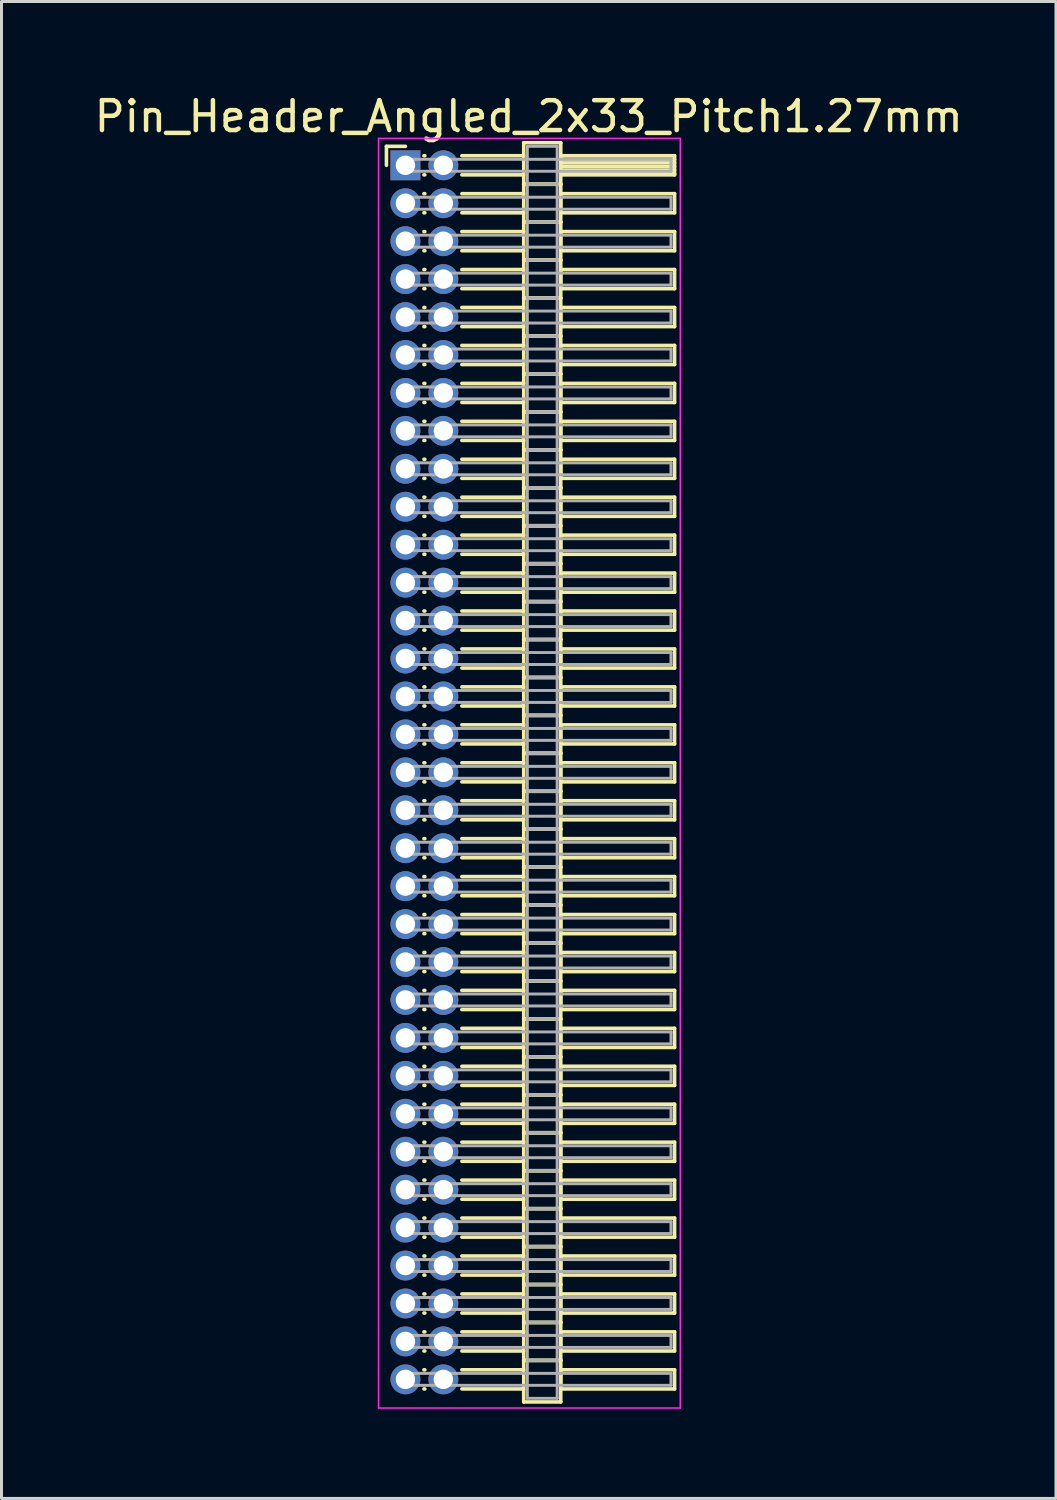
<source format=kicad_pcb>
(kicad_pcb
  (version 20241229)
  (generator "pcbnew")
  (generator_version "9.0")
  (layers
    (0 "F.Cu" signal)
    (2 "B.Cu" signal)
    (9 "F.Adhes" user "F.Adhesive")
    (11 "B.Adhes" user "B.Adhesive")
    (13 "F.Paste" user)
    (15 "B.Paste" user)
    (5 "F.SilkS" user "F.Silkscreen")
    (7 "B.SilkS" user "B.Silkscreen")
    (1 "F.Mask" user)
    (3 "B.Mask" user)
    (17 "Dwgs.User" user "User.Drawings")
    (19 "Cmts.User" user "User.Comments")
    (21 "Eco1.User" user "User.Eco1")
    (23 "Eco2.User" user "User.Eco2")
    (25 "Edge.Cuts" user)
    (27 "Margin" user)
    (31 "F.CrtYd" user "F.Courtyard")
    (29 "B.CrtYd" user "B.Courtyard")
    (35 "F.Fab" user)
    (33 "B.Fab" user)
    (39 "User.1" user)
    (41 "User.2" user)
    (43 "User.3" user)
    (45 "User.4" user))
  (footprint "Pin_Header_Angled_2x33_Pitch1.27mm"
    (layer "F.Cu")
    (at 10.521 2.483)
    (property "Reference" "Pin_Header_Angled_2x33_Pitch1.27mm" (at 4.128 -1.635 0) (layer "F.SilkS") (effects (font (size 1 1) (thickness 0.15))))
    (attr through_hole)
    (fp_line (start -0.635 -0.635) (end 0 -0.635) (stroke (width 0.12) (type solid)) (layer "F.SilkS"))
    (fp_line (start -0.635 0) (end -0.635 -0.635) (stroke (width 0.12) (type solid)) (layer "F.SilkS"))
    (fp_line (start 0.62 -0.32) (end 0.65 -0.32) (stroke (width 0.12) (type solid)) (layer "F.SilkS"))
    (fp_line (start 0.62 0.32) (end 0.65 0.32) (stroke (width 0.12) (type solid)) (layer "F.SilkS"))
    (fp_line (start 0.62 0.95) (end 0.65 0.95) (stroke (width 0.12) (type solid)) (layer "F.SilkS"))
    (fp_line (start 0.62 1.59) (end 0.65 1.59) (stroke (width 0.12) (type solid)) (layer "F.SilkS"))
    (fp_line (start 0.62 2.22) (end 0.65 2.22) (stroke (width 0.12) (type solid)) (layer "F.SilkS"))
    (fp_line (start 0.62 2.86) (end 0.65 2.86) (stroke (width 0.12) (type solid)) (layer "F.SilkS"))
    (fp_line (start 0.62 3.49) (end 0.65 3.49) (stroke (width 0.12) (type solid)) (layer "F.SilkS"))
    (fp_line (start 0.62 4.13) (end 0.65 4.13) (stroke (width 0.12) (type solid)) (layer "F.SilkS"))
    (fp_line (start 0.62 4.76) (end 0.65 4.76) (stroke (width 0.12) (type solid)) (layer "F.SilkS"))
    (fp_line (start 0.62 5.4) (end 0.65 5.4) (stroke (width 0.12) (type solid)) (layer "F.SilkS"))
    (fp_line (start 0.62 6.03) (end 0.65 6.03) (stroke (width 0.12) (type solid)) (layer "F.SilkS"))
    (fp_line (start 0.62 6.67) (end 0.65 6.67) (stroke (width 0.12) (type solid)) (layer "F.SilkS"))
    (fp_line (start 0.62 7.3) (end 0.65 7.3) (stroke (width 0.12) (type solid)) (layer "F.SilkS"))
    (fp_line (start 0.62 7.94) (end 0.65 7.94) (stroke (width 0.12) (type solid)) (layer "F.SilkS"))
    (fp_line (start 0.62 8.57) (end 0.65 8.57) (stroke (width 0.12) (type solid)) (layer "F.SilkS"))
    (fp_line (start 0.62 9.21) (end 0.65 9.21) (stroke (width 0.12) (type solid)) (layer "F.SilkS"))
    (fp_line (start 0.62 9.84) (end 0.65 9.84) (stroke (width 0.12) (type solid)) (layer "F.SilkS"))
    (fp_line (start 0.62 10.48) (end 0.65 10.48) (stroke (width 0.12) (type solid)) (layer "F.SilkS"))
    (fp_line (start 0.62 11.11) (end 0.65 11.11) (stroke (width 0.12) (type solid)) (layer "F.SilkS"))
    (fp_line (start 0.62 11.75) (end 0.65 11.75) (stroke (width 0.12) (type solid)) (layer "F.SilkS"))
    (fp_line (start 0.62 12.38) (end 0.65 12.38) (stroke (width 0.12) (type solid)) (layer "F.SilkS"))
    (fp_line (start 0.62 13.02) (end 0.65 13.02) (stroke (width 0.12) (type solid)) (layer "F.SilkS"))
    (fp_line (start 0.62 13.65) (end 0.65 13.65) (stroke (width 0.12) (type solid)) (layer "F.SilkS"))
    (fp_line (start 0.62 14.29) (end 0.65 14.29) (stroke (width 0.12) (type solid)) (layer "F.SilkS"))
    (fp_line (start 0.62 14.92) (end 0.65 14.92) (stroke (width 0.12) (type solid)) (layer "F.SilkS"))
    (fp_line (start 0.62 15.56) (end 0.65 15.56) (stroke (width 0.12) (type solid)) (layer "F.SilkS"))
    (fp_line (start 0.62 16.19) (end 0.65 16.19) (stroke (width 0.12) (type solid)) (layer "F.SilkS"))
    (fp_line (start 0.62 16.83) (end 0.65 16.83) (stroke (width 0.12) (type solid)) (layer "F.SilkS"))
    (fp_line (start 0.62 17.46) (end 0.65 17.46) (stroke (width 0.12) (type solid)) (layer "F.SilkS"))
    (fp_line (start 0.62 18.1) (end 0.65 18.1) (stroke (width 0.12) (type solid)) (layer "F.SilkS"))
    (fp_line (start 0.62 18.73) (end 0.65 18.73) (stroke (width 0.12) (type solid)) (layer "F.SilkS"))
    (fp_line (start 0.62 19.37) (end 0.65 19.37) (stroke (width 0.12) (type solid)) (layer "F.SilkS"))
    (fp_line (start 0.62 20) (end 0.65 20) (stroke (width 0.12) (type solid)) (layer "F.SilkS"))
    (fp_line (start 0.62 20.64) (end 0.65 20.64) (stroke (width 0.12) (type solid)) (layer "F.SilkS"))
    (fp_line (start 0.62 21.27) (end 0.65 21.27) (stroke (width 0.12) (type solid)) (layer "F.SilkS"))
    (fp_line (start 0.62 21.91) (end 0.65 21.91) (stroke (width 0.12) (type solid)) (layer "F.SilkS"))
    (fp_line (start 0.62 22.54) (end 0.65 22.54) (stroke (width 0.12) (type solid)) (layer "F.SilkS"))
    (fp_line (start 0.62 23.18) (end 0.65 23.18) (stroke (width 0.12) (type solid)) (layer "F.SilkS"))
    (fp_line (start 0.62 23.81) (end 0.65 23.81) (stroke (width 0.12) (type solid)) (layer "F.SilkS"))
    (fp_line (start 0.62 24.45) (end 0.65 24.45) (stroke (width 0.12) (type solid)) (layer "F.SilkS"))
    (fp_line (start 0.62 25.08) (end 0.65 25.08) (stroke (width 0.12) (type solid)) (layer "F.SilkS"))
    (fp_line (start 0.62 25.72) (end 0.65 25.72) (stroke (width 0.12) (type solid)) (layer "F.SilkS"))
    (fp_line (start 0.62 26.35) (end 0.65 26.35) (stroke (width 0.12) (type solid)) (layer "F.SilkS"))
    (fp_line (start 0.62 26.99) (end 0.65 26.99) (stroke (width 0.12) (type solid)) (layer "F.SilkS"))
    (fp_line (start 0.62 27.62) (end 0.65 27.62) (stroke (width 0.12) (type solid)) (layer "F.SilkS"))
    (fp_line (start 0.62 28.26) (end 0.65 28.26) (stroke (width 0.12) (type solid)) (layer "F.SilkS"))
    (fp_line (start 0.62 28.89) (end 0.65 28.89) (stroke (width 0.12) (type solid)) (layer "F.SilkS"))
    (fp_line (start 0.62 29.53) (end 0.65 29.53) (stroke (width 0.12) (type solid)) (layer "F.SilkS"))
    (fp_line (start 0.62 30.16) (end 0.65 30.16) (stroke (width 0.12) (type solid)) (layer "F.SilkS"))
    (fp_line (start 0.62 30.8) (end 0.65 30.8) (stroke (width 0.12) (type solid)) (layer "F.SilkS"))
    (fp_line (start 0.62 31.43) (end 0.65 31.43) (stroke (width 0.12) (type solid)) (layer "F.SilkS"))
    (fp_line (start 0.62 32.07) (end 0.65 32.07) (stroke (width 0.12) (type solid)) (layer "F.SilkS"))
    (fp_line (start 0.62 32.7) (end 0.65 32.7) (stroke (width 0.12) (type solid)) (layer "F.SilkS"))
    (fp_line (start 0.62 33.34) (end 0.65 33.34) (stroke (width 0.12) (type solid)) (layer "F.SilkS"))
    (fp_line (start 0.62 33.97) (end 0.65 33.97) (stroke (width 0.12) (type solid)) (layer "F.SilkS"))
    (fp_line (start 0.62 34.61) (end 0.65 34.61) (stroke (width 0.12) (type solid)) (layer "F.SilkS"))
    (fp_line (start 0.62 35.24) (end 0.65 35.24) (stroke (width 0.12) (type solid)) (layer "F.SilkS"))
    (fp_line (start 0.62 35.88) (end 0.65 35.88) (stroke (width 0.12) (type solid)) (layer "F.SilkS"))
    (fp_line (start 0.62 36.51) (end 0.65 36.51) (stroke (width 0.12) (type solid)) (layer "F.SilkS"))
    (fp_line (start 0.62 37.15) (end 0.65 37.15) (stroke (width 0.12) (type solid)) (layer "F.SilkS"))
    (fp_line (start 0.62 37.78) (end 0.65 37.78) (stroke (width 0.12) (type solid)) (layer "F.SilkS"))
    (fp_line (start 0.62 38.42) (end 0.65 38.42) (stroke (width 0.12) (type solid)) (layer "F.SilkS"))
    (fp_line (start 0.62 39.05) (end 0.65 39.05) (stroke (width 0.12) (type solid)) (layer "F.SilkS"))
    (fp_line (start 0.62 39.69) (end 0.65 39.69) (stroke (width 0.12) (type solid)) (layer "F.SilkS"))
    (fp_line (start 0.62 40.32) (end 0.65 40.32) (stroke (width 0.12) (type solid)) (layer "F.SilkS"))
    (fp_line (start 0.62 40.96) (end 0.65 40.96) (stroke (width 0.12) (type solid)) (layer "F.SilkS"))
    (fp_line (start 1.89 -0.32) (end 3.96 -0.32) (stroke (width 0.12) (type solid)) (layer "F.SilkS"))
    (fp_line (start 1.89 0.32) (end 3.96 0.32) (stroke (width 0.12) (type solid)) (layer "F.SilkS"))
    (fp_line (start 1.89 0.95) (end 3.96 0.95) (stroke (width 0.12) (type solid)) (layer "F.SilkS"))
    (fp_line (start 1.89 1.59) (end 3.96 1.59) (stroke (width 0.12) (type solid)) (layer "F.SilkS"))
    (fp_line (start 1.89 2.22) (end 3.96 2.22) (stroke (width 0.12) (type solid)) (layer "F.SilkS"))
    (fp_line (start 1.89 2.86) (end 3.96 2.86) (stroke (width 0.12) (type solid)) (layer "F.SilkS"))
    (fp_line (start 1.89 3.49) (end 3.96 3.49) (stroke (width 0.12) (type solid)) (layer "F.SilkS"))
    (fp_line (start 1.89 4.13) (end 3.96 4.13) (stroke (width 0.12) (type solid)) (layer "F.SilkS"))
    (fp_line (start 1.89 4.76) (end 3.96 4.76) (stroke (width 0.12) (type solid)) (layer "F.SilkS"))
    (fp_line (start 1.89 5.4) (end 3.96 5.4) (stroke (width 0.12) (type solid)) (layer "F.SilkS"))
    (fp_line (start 1.89 6.03) (end 3.96 6.03) (stroke (width 0.12) (type solid)) (layer "F.SilkS"))
    (fp_line (start 1.89 6.67) (end 3.96 6.67) (stroke (width 0.12) (type solid)) (layer "F.SilkS"))
    (fp_line (start 1.89 7.3) (end 3.96 7.3) (stroke (width 0.12) (type solid)) (layer "F.SilkS"))
    (fp_line (start 1.89 7.94) (end 3.96 7.94) (stroke (width 0.12) (type solid)) (layer "F.SilkS"))
    (fp_line (start 1.89 8.57) (end 3.96 8.57) (stroke (width 0.12) (type solid)) (layer "F.SilkS"))
    (fp_line (start 1.89 9.21) (end 3.96 9.21) (stroke (width 0.12) (type solid)) (layer "F.SilkS"))
    (fp_line (start 1.89 9.84) (end 3.96 9.84) (stroke (width 0.12) (type solid)) (layer "F.SilkS"))
    (fp_line (start 1.89 10.48) (end 3.96 10.48) (stroke (width 0.12) (type solid)) (layer "F.SilkS"))
    (fp_line (start 1.89 11.11) (end 3.96 11.11) (stroke (width 0.12) (type solid)) (layer "F.SilkS"))
    (fp_line (start 1.89 11.75) (end 3.96 11.75) (stroke (width 0.12) (type solid)) (layer "F.SilkS"))
    (fp_line (start 1.89 12.38) (end 3.96 12.38) (stroke (width 0.12) (type solid)) (layer "F.SilkS"))
    (fp_line (start 1.89 13.02) (end 3.96 13.02) (stroke (width 0.12) (type solid)) (layer "F.SilkS"))
    (fp_line (start 1.89 13.65) (end 3.96 13.65) (stroke (width 0.12) (type solid)) (layer "F.SilkS"))
    (fp_line (start 1.89 14.29) (end 3.96 14.29) (stroke (width 0.12) (type solid)) (layer "F.SilkS"))
    (fp_line (start 1.89 14.92) (end 3.96 14.92) (stroke (width 0.12) (type solid)) (layer "F.SilkS"))
    (fp_line (start 1.89 15.56) (end 3.96 15.56) (stroke (width 0.12) (type solid)) (layer "F.SilkS"))
    (fp_line (start 1.89 16.19) (end 3.96 16.19) (stroke (width 0.12) (type solid)) (layer "F.SilkS"))
    (fp_line (start 1.89 16.83) (end 3.96 16.83) (stroke (width 0.12) (type solid)) (layer "F.SilkS"))
    (fp_line (start 1.89 17.46) (end 3.96 17.46) (stroke (width 0.12) (type solid)) (layer "F.SilkS"))
    (fp_line (start 1.89 18.1) (end 3.96 18.1) (stroke (width 0.12) (type solid)) (layer "F.SilkS"))
    (fp_line (start 1.89 18.73) (end 3.96 18.73) (stroke (width 0.12) (type solid)) (layer "F.SilkS"))
    (fp_line (start 1.89 19.37) (end 3.96 19.37) (stroke (width 0.12) (type solid)) (layer "F.SilkS"))
    (fp_line (start 1.89 20) (end 3.96 20) (stroke (width 0.12) (type solid)) (layer "F.SilkS"))
    (fp_line (start 1.89 20.64) (end 3.96 20.64) (stroke (width 0.12) (type solid)) (layer "F.SilkS"))
    (fp_line (start 1.89 21.27) (end 3.96 21.27) (stroke (width 0.12) (type solid)) (layer "F.SilkS"))
    (fp_line (start 1.89 21.91) (end 3.96 21.91) (stroke (width 0.12) (type solid)) (layer "F.SilkS"))
    (fp_line (start 1.89 22.54) (end 3.96 22.54) (stroke (width 0.12) (type solid)) (layer "F.SilkS"))
    (fp_line (start 1.89 23.18) (end 3.96 23.18) (stroke (width 0.12) (type solid)) (layer "F.SilkS"))
    (fp_line (start 1.89 23.81) (end 3.96 23.81) (stroke (width 0.12) (type solid)) (layer "F.SilkS"))
    (fp_line (start 1.89 24.45) (end 3.96 24.45) (stroke (width 0.12) (type solid)) (layer "F.SilkS"))
    (fp_line (start 1.89 25.08) (end 3.96 25.08) (stroke (width 0.12) (type solid)) (layer "F.SilkS"))
    (fp_line (start 1.89 25.72) (end 3.96 25.72) (stroke (width 0.12) (type solid)) (layer "F.SilkS"))
    (fp_line (start 1.89 26.35) (end 3.96 26.35) (stroke (width 0.12) (type solid)) (layer "F.SilkS"))
    (fp_line (start 1.89 26.99) (end 3.96 26.99) (stroke (width 0.12) (type solid)) (layer "F.SilkS"))
    (fp_line (start 1.89 27.62) (end 3.96 27.62) (stroke (width 0.12) (type solid)) (layer "F.SilkS"))
    (fp_line (start 1.89 28.26) (end 3.96 28.26) (stroke (width 0.12) (type solid)) (layer "F.SilkS"))
    (fp_line (start 1.89 28.89) (end 3.96 28.89) (stroke (width 0.12) (type solid)) (layer "F.SilkS"))
    (fp_line (start 1.89 29.53) (end 3.96 29.53) (stroke (width 0.12) (type solid)) (layer "F.SilkS"))
    (fp_line (start 1.89 30.16) (end 3.96 30.16) (stroke (width 0.12) (type solid)) (layer "F.SilkS"))
    (fp_line (start 1.89 30.8) (end 3.96 30.8) (stroke (width 0.12) (type solid)) (layer "F.SilkS"))
    (fp_line (start 1.89 31.43) (end 3.96 31.43) (stroke (width 0.12) (type solid)) (layer "F.SilkS"))
    (fp_line (start 1.89 32.07) (end 3.96 32.07) (stroke (width 0.12) (type solid)) (layer "F.SilkS"))
    (fp_line (start 1.89 32.7) (end 3.96 32.7) (stroke (width 0.12) (type solid)) (layer "F.SilkS"))
    (fp_line (start 1.89 33.34) (end 3.96 33.34) (stroke (width 0.12) (type solid)) (layer "F.SilkS"))
    (fp_line (start 1.89 33.97) (end 3.96 33.97) (stroke (width 0.12) (type solid)) (layer "F.SilkS"))
    (fp_line (start 1.89 34.61) (end 3.96 34.61) (stroke (width 0.12) (type solid)) (layer "F.SilkS"))
    (fp_line (start 1.89 35.24) (end 3.96 35.24) (stroke (width 0.12) (type solid)) (layer "F.SilkS"))
    (fp_line (start 1.89 35.88) (end 3.96 35.88) (stroke (width 0.12) (type solid)) (layer "F.SilkS"))
    (fp_line (start 1.89 36.51) (end 3.96 36.51) (stroke (width 0.12) (type solid)) (layer "F.SilkS"))
    (fp_line (start 1.89 37.15) (end 3.96 37.15) (stroke (width 0.12) (type solid)) (layer "F.SilkS"))
    (fp_line (start 1.89 37.78) (end 3.96 37.78) (stroke (width 0.12) (type solid)) (layer "F.SilkS"))
    (fp_line (start 1.89 38.42) (end 3.96 38.42) (stroke (width 0.12) (type solid)) (layer "F.SilkS"))
    (fp_line (start 1.89 39.05) (end 3.96 39.05) (stroke (width 0.12) (type solid)) (layer "F.SilkS"))
    (fp_line (start 1.89 39.69) (end 3.96 39.69) (stroke (width 0.12) (type solid)) (layer "F.SilkS"))
    (fp_line (start 1.89 40.32) (end 3.96 40.32) (stroke (width 0.12) (type solid)) (layer "F.SilkS"))
    (fp_line (start 1.89 40.96) (end 3.96 40.96) (stroke (width 0.12) (type solid)) (layer "F.SilkS"))
    (fp_line (start 3.96 -0.755) (end 3.96 0.635) (stroke (width 0.12) (type solid)) (layer "F.SilkS"))
    (fp_line (start 3.96 0.635) (end 3.96 1.905) (stroke (width 0.12) (type solid)) (layer "F.SilkS"))
    (fp_line (start 3.96 0.635) (end 5.2 0.635) (stroke (width 0.12) (type solid)) (layer "F.SilkS"))
    (fp_line (start 3.96 1.905) (end 3.96 3.175) (stroke (width 0.12) (type solid)) (layer "F.SilkS"))
    (fp_line (start 3.96 1.905) (end 5.2 1.905) (stroke (width 0.12) (type solid)) (layer "F.SilkS"))
    (fp_line (start 3.96 3.175) (end 3.96 4.445) (stroke (width 0.12) (type solid)) (layer "F.SilkS"))
    (fp_line (start 3.96 3.175) (end 5.2 3.175) (stroke (width 0.12) (type solid)) (layer "F.SilkS"))
    (fp_line (start 3.96 4.445) (end 3.96 5.715) (stroke (width 0.12) (type solid)) (layer "F.SilkS"))
    (fp_line (start 3.96 4.445) (end 5.2 4.445) (stroke (width 0.12) (type solid)) (layer "F.SilkS"))
    (fp_line (start 3.96 5.715) (end 3.96 6.985) (stroke (width 0.12) (type solid)) (layer "F.SilkS"))
    (fp_line (start 3.96 5.715) (end 5.2 5.715) (stroke (width 0.12) (type solid)) (layer "F.SilkS"))
    (fp_line (start 3.96 6.985) (end 3.96 8.255) (stroke (width 0.12) (type solid)) (layer "F.SilkS"))
    (fp_line (start 3.96 6.985) (end 5.2 6.985) (stroke (width 0.12) (type solid)) (layer "F.SilkS"))
    (fp_line (start 3.96 8.255) (end 3.96 9.525) (stroke (width 0.12) (type solid)) (layer "F.SilkS"))
    (fp_line (start 3.96 8.255) (end 5.2 8.255) (stroke (width 0.12) (type solid)) (layer "F.SilkS"))
    (fp_line (start 3.96 9.525) (end 3.96 10.795) (stroke (width 0.12) (type solid)) (layer "F.SilkS"))
    (fp_line (start 3.96 9.525) (end 5.2 9.525) (stroke (width 0.12) (type solid)) (layer "F.SilkS"))
    (fp_line (start 3.96 10.795) (end 3.96 12.065) (stroke (width 0.12) (type solid)) (layer "F.SilkS"))
    (fp_line (start 3.96 10.795) (end 5.2 10.795) (stroke (width 0.12) (type solid)) (layer "F.SilkS"))
    (fp_line (start 3.96 12.065) (end 3.96 13.335) (stroke (width 0.12) (type solid)) (layer "F.SilkS"))
    (fp_line (start 3.96 12.065) (end 5.2 12.065) (stroke (width 0.12) (type solid)) (layer "F.SilkS"))
    (fp_line (start 3.96 13.335) (end 3.96 14.605) (stroke (width 0.12) (type solid)) (layer "F.SilkS"))
    (fp_line (start 3.96 13.335) (end 5.2 13.335) (stroke (width 0.12) (type solid)) (layer "F.SilkS"))
    (fp_line (start 3.96 14.605) (end 3.96 15.875) (stroke (width 0.12) (type solid)) (layer "F.SilkS"))
    (fp_line (start 3.96 14.605) (end 5.2 14.605) (stroke (width 0.12) (type solid)) (layer "F.SilkS"))
    (fp_line (start 3.96 15.875) (end 3.96 17.145) (stroke (width 0.12) (type solid)) (layer "F.SilkS"))
    (fp_line (start 3.96 15.875) (end 5.2 15.875) (stroke (width 0.12) (type solid)) (layer "F.SilkS"))
    (fp_line (start 3.96 17.145) (end 3.96 18.415) (stroke (width 0.12) (type solid)) (layer "F.SilkS"))
    (fp_line (start 3.96 17.145) (end 5.2 17.145) (stroke (width 0.12) (type solid)) (layer "F.SilkS"))
    (fp_line (start 3.96 18.415) (end 3.96 19.685) (stroke (width 0.12) (type solid)) (layer "F.SilkS"))
    (fp_line (start 3.96 18.415) (end 5.2 18.415) (stroke (width 0.12) (type solid)) (layer "F.SilkS"))
    (fp_line (start 3.96 19.685) (end 3.96 20.955) (stroke (width 0.12) (type solid)) (layer "F.SilkS"))
    (fp_line (start 3.96 19.685) (end 5.2 19.685) (stroke (width 0.12) (type solid)) (layer "F.SilkS"))
    (fp_line (start 3.96 20.955) (end 3.96 22.225) (stroke (width 0.12) (type solid)) (layer "F.SilkS"))
    (fp_line (start 3.96 20.955) (end 5.2 20.955) (stroke (width 0.12) (type solid)) (layer "F.SilkS"))
    (fp_line (start 3.96 22.225) (end 3.96 23.495) (stroke (width 0.12) (type solid)) (layer "F.SilkS"))
    (fp_line (start 3.96 22.225) (end 5.2 22.225) (stroke (width 0.12) (type solid)) (layer "F.SilkS"))
    (fp_line (start 3.96 23.495) (end 3.96 24.765) (stroke (width 0.12) (type solid)) (layer "F.SilkS"))
    (fp_line (start 3.96 23.495) (end 5.2 23.495) (stroke (width 0.12) (type solid)) (layer "F.SilkS"))
    (fp_line (start 3.96 24.765) (end 3.96 26.035) (stroke (width 0.12) (type solid)) (layer "F.SilkS"))
    (fp_line (start 3.96 24.765) (end 5.2 24.765) (stroke (width 0.12) (type solid)) (layer "F.SilkS"))
    (fp_line (start 3.96 26.035) (end 3.96 27.305) (stroke (width 0.12) (type solid)) (layer "F.SilkS"))
    (fp_line (start 3.96 26.035) (end 5.2 26.035) (stroke (width 0.12) (type solid)) (layer "F.SilkS"))
    (fp_line (start 3.96 27.305) (end 3.96 28.575) (stroke (width 0.12) (type solid)) (layer "F.SilkS"))
    (fp_line (start 3.96 27.305) (end 5.2 27.305) (stroke (width 0.12) (type solid)) (layer "F.SilkS"))
    (fp_line (start 3.96 28.575) (end 3.96 29.845) (stroke (width 0.12) (type solid)) (layer "F.SilkS"))
    (fp_line (start 3.96 28.575) (end 5.2 28.575) (stroke (width 0.12) (type solid)) (layer "F.SilkS"))
    (fp_line (start 3.96 29.845) (end 3.96 31.115) (stroke (width 0.12) (type solid)) (layer "F.SilkS"))
    (fp_line (start 3.96 29.845) (end 5.2 29.845) (stroke (width 0.12) (type solid)) (layer "F.SilkS"))
    (fp_line (start 3.96 31.115) (end 3.96 32.385) (stroke (width 0.12) (type solid)) (layer "F.SilkS"))
    (fp_line (start 3.96 31.115) (end 5.2 31.115) (stroke (width 0.12) (type solid)) (layer "F.SilkS"))
    (fp_line (start 3.96 32.385) (end 3.96 33.655) (stroke (width 0.12) (type solid)) (layer "F.SilkS"))
    (fp_line (start 3.96 32.385) (end 5.2 32.385) (stroke (width 0.12) (type solid)) (layer "F.SilkS"))
    (fp_line (start 3.96 33.655) (end 3.96 34.925) (stroke (width 0.12) (type solid)) (layer "F.SilkS"))
    (fp_line (start 3.96 33.655) (end 5.2 33.655) (stroke (width 0.12) (type solid)) (layer "F.SilkS"))
    (fp_line (start 3.96 34.925) (end 3.96 36.195) (stroke (width 0.12) (type solid)) (layer "F.SilkS"))
    (fp_line (start 3.96 34.925) (end 5.2 34.925) (stroke (width 0.12) (type solid)) (layer "F.SilkS"))
    (fp_line (start 3.96 36.195) (end 3.96 37.465) (stroke (width 0.12) (type solid)) (layer "F.SilkS"))
    (fp_line (start 3.96 36.195) (end 5.2 36.195) (stroke (width 0.12) (type solid)) (layer "F.SilkS"))
    (fp_line (start 3.96 37.465) (end 3.96 38.735) (stroke (width 0.12) (type solid)) (layer "F.SilkS"))
    (fp_line (start 3.96 37.465) (end 5.2 37.465) (stroke (width 0.12) (type solid)) (layer "F.SilkS"))
    (fp_line (start 3.96 38.735) (end 3.96 40.005) (stroke (width 0.12) (type solid)) (layer "F.SilkS"))
    (fp_line (start 3.96 38.735) (end 5.2 38.735) (stroke (width 0.12) (type solid)) (layer "F.SilkS"))
    (fp_line (start 3.96 40.005) (end 3.96 41.395) (stroke (width 0.12) (type solid)) (layer "F.SilkS"))
    (fp_line (start 3.96 40.005) (end 5.2 40.005) (stroke (width 0.12) (type solid)) (layer "F.SilkS"))
    (fp_line (start 3.96 41.395) (end 5.2 41.395) (stroke (width 0.12) (type solid)) (layer "F.SilkS"))
    (fp_line (start 5.2 -0.755) (end 3.96 -0.755) (stroke (width 0.12) (type solid)) (layer "F.SilkS"))
    (fp_line (start 5.2 -0.32) (end 5.2 0.32) (stroke (width 0.12) (type solid)) (layer "F.SilkS"))
    (fp_line (start 5.2 -0.2) (end 9.01 -0.2) (stroke (width 0.12) (type solid)) (layer "F.SilkS"))
    (fp_line (start 5.2 -0.08) (end 9.01 -0.08) (stroke (width 0.12) (type solid)) (layer "F.SilkS"))
    (fp_line (start 5.2 0.04) (end 9.01 0.04) (stroke (width 0.12) (type solid)) (layer "F.SilkS"))
    (fp_line (start 5.2 0.16) (end 9.01 0.16) (stroke (width 0.12) (type solid)) (layer "F.SilkS"))
    (fp_line (start 5.2 0.28) (end 9.01 0.28) (stroke (width 0.12) (type solid)) (layer "F.SilkS"))
    (fp_line (start 5.2 0.32) (end 9.01 0.32) (stroke (width 0.12) (type solid)) (layer "F.SilkS"))
    (fp_line (start 5.2 0.635) (end 3.96 0.635) (stroke (width 0.12) (type solid)) (layer "F.SilkS"))
    (fp_line (start 5.2 0.635) (end 5.2 -0.755) (stroke (width 0.12) (type solid)) (layer "F.SilkS"))
    (fp_line (start 5.2 0.95) (end 5.2 1.59) (stroke (width 0.12) (type solid)) (layer "F.SilkS"))
    (fp_line (start 5.2 1.59) (end 9.01 1.59) (stroke (width 0.12) (type solid)) (layer "F.SilkS"))
    (fp_line (start 5.2 1.905) (end 3.96 1.905) (stroke (width 0.12) (type solid)) (layer "F.SilkS"))
    (fp_line (start 5.2 1.905) (end 5.2 0.635) (stroke (width 0.12) (type solid)) (layer "F.SilkS"))
    (fp_line (start 5.2 2.22) (end 5.2 2.86) (stroke (width 0.12) (type solid)) (layer "F.SilkS"))
    (fp_line (start 5.2 2.86) (end 9.01 2.86) (stroke (width 0.12) (type solid)) (layer "F.SilkS"))
    (fp_line (start 5.2 3.175) (end 3.96 3.175) (stroke (width 0.12) (type solid)) (layer "F.SilkS"))
    (fp_line (start 5.2 3.175) (end 5.2 1.905) (stroke (width 0.12) (type solid)) (layer "F.SilkS"))
    (fp_line (start 5.2 3.49) (end 5.2 4.13) (stroke (width 0.12) (type solid)) (layer "F.SilkS"))
    (fp_line (start 5.2 4.13) (end 9.01 4.13) (stroke (width 0.12) (type solid)) (layer "F.SilkS"))
    (fp_line (start 5.2 4.445) (end 3.96 4.445) (stroke (width 0.12) (type solid)) (layer "F.SilkS"))
    (fp_line (start 5.2 4.445) (end 5.2 3.175) (stroke (width 0.12) (type solid)) (layer "F.SilkS"))
    (fp_line (start 5.2 4.76) (end 5.2 5.4) (stroke (width 0.12) (type solid)) (layer "F.SilkS"))
    (fp_line (start 5.2 5.4) (end 9.01 5.4) (stroke (width 0.12) (type solid)) (layer "F.SilkS"))
    (fp_line (start 5.2 5.715) (end 3.96 5.715) (stroke (width 0.12) (type solid)) (layer "F.SilkS"))
    (fp_line (start 5.2 5.715) (end 5.2 4.445) (stroke (width 0.12) (type solid)) (layer "F.SilkS"))
    (fp_line (start 5.2 6.03) (end 5.2 6.67) (stroke (width 0.12) (type solid)) (layer "F.SilkS"))
    (fp_line (start 5.2 6.67) (end 9.01 6.67) (stroke (width 0.12) (type solid)) (layer "F.SilkS"))
    (fp_line (start 5.2 6.985) (end 3.96 6.985) (stroke (width 0.12) (type solid)) (layer "F.SilkS"))
    (fp_line (start 5.2 6.985) (end 5.2 5.715) (stroke (width 0.12) (type solid)) (layer "F.SilkS"))
    (fp_line (start 5.2 7.3) (end 5.2 7.94) (stroke (width 0.12) (type solid)) (layer "F.SilkS"))
    (fp_line (start 5.2 7.94) (end 9.01 7.94) (stroke (width 0.12) (type solid)) (layer "F.SilkS"))
    (fp_line (start 5.2 8.255) (end 3.96 8.255) (stroke (width 0.12) (type solid)) (layer "F.SilkS"))
    (fp_line (start 5.2 8.255) (end 5.2 6.985) (stroke (width 0.12) (type solid)) (layer "F.SilkS"))
    (fp_line (start 5.2 8.57) (end 5.2 9.21) (stroke (width 0.12) (type solid)) (layer "F.SilkS"))
    (fp_line (start 5.2 9.21) (end 9.01 9.21) (stroke (width 0.12) (type solid)) (layer "F.SilkS"))
    (fp_line (start 5.2 9.525) (end 3.96 9.525) (stroke (width 0.12) (type solid)) (layer "F.SilkS"))
    (fp_line (start 5.2 9.525) (end 5.2 8.255) (stroke (width 0.12) (type solid)) (layer "F.SilkS"))
    (fp_line (start 5.2 9.84) (end 5.2 10.48) (stroke (width 0.12) (type solid)) (layer "F.SilkS"))
    (fp_line (start 5.2 10.48) (end 9.01 10.48) (stroke (width 0.12) (type solid)) (layer "F.SilkS"))
    (fp_line (start 5.2 10.795) (end 3.96 10.795) (stroke (width 0.12) (type solid)) (layer "F.SilkS"))
    (fp_line (start 5.2 10.795) (end 5.2 9.525) (stroke (width 0.12) (type solid)) (layer "F.SilkS"))
    (fp_line (start 5.2 11.11) (end 5.2 11.75) (stroke (width 0.12) (type solid)) (layer "F.SilkS"))
    (fp_line (start 5.2 11.75) (end 9.01 11.75) (stroke (width 0.12) (type solid)) (layer "F.SilkS"))
    (fp_line (start 5.2 12.065) (end 3.96 12.065) (stroke (width 0.12) (type solid)) (layer "F.SilkS"))
    (fp_line (start 5.2 12.065) (end 5.2 10.795) (stroke (width 0.12) (type solid)) (layer "F.SilkS"))
    (fp_line (start 5.2 12.38) (end 5.2 13.02) (stroke (width 0.12) (type solid)) (layer "F.SilkS"))
    (fp_line (start 5.2 13.02) (end 9.01 13.02) (stroke (width 0.12) (type solid)) (layer "F.SilkS"))
    (fp_line (start 5.2 13.335) (end 3.96 13.335) (stroke (width 0.12) (type solid)) (layer "F.SilkS"))
    (fp_line (start 5.2 13.335) (end 5.2 12.065) (stroke (width 0.12) (type solid)) (layer "F.SilkS"))
    (fp_line (start 5.2 13.65) (end 5.2 14.29) (stroke (width 0.12) (type solid)) (layer "F.SilkS"))
    (fp_line (start 5.2 14.29) (end 9.01 14.29) (stroke (width 0.12) (type solid)) (layer "F.SilkS"))
    (fp_line (start 5.2 14.605) (end 3.96 14.605) (stroke (width 0.12) (type solid)) (layer "F.SilkS"))
    (fp_line (start 5.2 14.605) (end 5.2 13.335) (stroke (width 0.12) (type solid)) (layer "F.SilkS"))
    (fp_line (start 5.2 14.92) (end 5.2 15.56) (stroke (width 0.12) (type solid)) (layer "F.SilkS"))
    (fp_line (start 5.2 15.56) (end 9.01 15.56) (stroke (width 0.12) (type solid)) (layer "F.SilkS"))
    (fp_line (start 5.2 15.875) (end 3.96 15.875) (stroke (width 0.12) (type solid)) (layer "F.SilkS"))
    (fp_line (start 5.2 15.875) (end 5.2 14.605) (stroke (width 0.12) (type solid)) (layer "F.SilkS"))
    (fp_line (start 5.2 16.19) (end 5.2 16.83) (stroke (width 0.12) (type solid)) (layer "F.SilkS"))
    (fp_line (start 5.2 16.83) (end 9.01 16.83) (stroke (width 0.12) (type solid)) (layer "F.SilkS"))
    (fp_line (start 5.2 17.145) (end 3.96 17.145) (stroke (width 0.12) (type solid)) (layer "F.SilkS"))
    (fp_line (start 5.2 17.145) (end 5.2 15.875) (stroke (width 0.12) (type solid)) (layer "F.SilkS"))
    (fp_line (start 5.2 17.46) (end 5.2 18.1) (stroke (width 0.12) (type solid)) (layer "F.SilkS"))
    (fp_line (start 5.2 18.1) (end 9.01 18.1) (stroke (width 0.12) (type solid)) (layer "F.SilkS"))
    (fp_line (start 5.2 18.415) (end 3.96 18.415) (stroke (width 0.12) (type solid)) (layer "F.SilkS"))
    (fp_line (start 5.2 18.415) (end 5.2 17.145) (stroke (width 0.12) (type solid)) (layer "F.SilkS"))
    (fp_line (start 5.2 18.73) (end 5.2 19.37) (stroke (width 0.12) (type solid)) (layer "F.SilkS"))
    (fp_line (start 5.2 19.37) (end 9.01 19.37) (stroke (width 0.12) (type solid)) (layer "F.SilkS"))
    (fp_line (start 5.2 19.685) (end 3.96 19.685) (stroke (width 0.12) (type solid)) (layer "F.SilkS"))
    (fp_line (start 5.2 19.685) (end 5.2 18.415) (stroke (width 0.12) (type solid)) (layer "F.SilkS"))
    (fp_line (start 5.2 20) (end 5.2 20.64) (stroke (width 0.12) (type solid)) (layer "F.SilkS"))
    (fp_line (start 5.2 20.64) (end 9.01 20.64) (stroke (width 0.12) (type solid)) (layer "F.SilkS"))
    (fp_line (start 5.2 20.955) (end 3.96 20.955) (stroke (width 0.12) (type solid)) (layer "F.SilkS"))
    (fp_line (start 5.2 20.955) (end 5.2 19.685) (stroke (width 0.12) (type solid)) (layer "F.SilkS"))
    (fp_line (start 5.2 21.27) (end 5.2 21.91) (stroke (width 0.12) (type solid)) (layer "F.SilkS"))
    (fp_line (start 5.2 21.91) (end 9.01 21.91) (stroke (width 0.12) (type solid)) (layer "F.SilkS"))
    (fp_line (start 5.2 22.225) (end 3.96 22.225) (stroke (width 0.12) (type solid)) (layer "F.SilkS"))
    (fp_line (start 5.2 22.225) (end 5.2 20.955) (stroke (width 0.12) (type solid)) (layer "F.SilkS"))
    (fp_line (start 5.2 22.54) (end 5.2 23.18) (stroke (width 0.12) (type solid)) (layer "F.SilkS"))
    (fp_line (start 5.2 23.18) (end 9.01 23.18) (stroke (width 0.12) (type solid)) (layer "F.SilkS"))
    (fp_line (start 5.2 23.495) (end 3.96 23.495) (stroke (width 0.12) (type solid)) (layer "F.SilkS"))
    (fp_line (start 5.2 23.495) (end 5.2 22.225) (stroke (width 0.12) (type solid)) (layer "F.SilkS"))
    (fp_line (start 5.2 23.81) (end 5.2 24.45) (stroke (width 0.12) (type solid)) (layer "F.SilkS"))
    (fp_line (start 5.2 24.45) (end 9.01 24.45) (stroke (width 0.12) (type solid)) (layer "F.SilkS"))
    (fp_line (start 5.2 24.765) (end 3.96 24.765) (stroke (width 0.12) (type solid)) (layer "F.SilkS"))
    (fp_line (start 5.2 24.765) (end 5.2 23.495) (stroke (width 0.12) (type solid)) (layer "F.SilkS"))
    (fp_line (start 5.2 25.08) (end 5.2 25.72) (stroke (width 0.12) (type solid)) (layer "F.SilkS"))
    (fp_line (start 5.2 25.72) (end 9.01 25.72) (stroke (width 0.12) (type solid)) (layer "F.SilkS"))
    (fp_line (start 5.2 26.035) (end 3.96 26.035) (stroke (width 0.12) (type solid)) (layer "F.SilkS"))
    (fp_line (start 5.2 26.035) (end 5.2 24.765) (stroke (width 0.12) (type solid)) (layer "F.SilkS"))
    (fp_line (start 5.2 26.35) (end 5.2 26.99) (stroke (width 0.12) (type solid)) (layer "F.SilkS"))
    (fp_line (start 5.2 26.99) (end 9.01 26.99) (stroke (width 0.12) (type solid)) (layer "F.SilkS"))
    (fp_line (start 5.2 27.305) (end 3.96 27.305) (stroke (width 0.12) (type solid)) (layer "F.SilkS"))
    (fp_line (start 5.2 27.305) (end 5.2 26.035) (stroke (width 0.12) (type solid)) (layer "F.SilkS"))
    (fp_line (start 5.2 27.62) (end 5.2 28.26) (stroke (width 0.12) (type solid)) (layer "F.SilkS"))
    (fp_line (start 5.2 28.26) (end 9.01 28.26) (stroke (width 0.12) (type solid)) (layer "F.SilkS"))
    (fp_line (start 5.2 28.575) (end 3.96 28.575) (stroke (width 0.12) (type solid)) (layer "F.SilkS"))
    (fp_line (start 5.2 28.575) (end 5.2 27.305) (stroke (width 0.12) (type solid)) (layer "F.SilkS"))
    (fp_line (start 5.2 28.89) (end 5.2 29.53) (stroke (width 0.12) (type solid)) (layer "F.SilkS"))
    (fp_line (start 5.2 29.53) (end 9.01 29.53) (stroke (width 0.12) (type solid)) (layer "F.SilkS"))
    (fp_line (start 5.2 29.845) (end 3.96 29.845) (stroke (width 0.12) (type solid)) (layer "F.SilkS"))
    (fp_line (start 5.2 29.845) (end 5.2 28.575) (stroke (width 0.12) (type solid)) (layer "F.SilkS"))
    (fp_line (start 5.2 30.16) (end 5.2 30.8) (stroke (width 0.12) (type solid)) (layer "F.SilkS"))
    (fp_line (start 5.2 30.8) (end 9.01 30.8) (stroke (width 0.12) (type solid)) (layer "F.SilkS"))
    (fp_line (start 5.2 31.115) (end 3.96 31.115) (stroke (width 0.12) (type solid)) (layer "F.SilkS"))
    (fp_line (start 5.2 31.115) (end 5.2 29.845) (stroke (width 0.12) (type solid)) (layer "F.SilkS"))
    (fp_line (start 5.2 31.43) (end 5.2 32.07) (stroke (width 0.12) (type solid)) (layer "F.SilkS"))
    (fp_line (start 5.2 32.07) (end 9.01 32.07) (stroke (width 0.12) (type solid)) (layer "F.SilkS"))
    (fp_line (start 5.2 32.385) (end 3.96 32.385) (stroke (width 0.12) (type solid)) (layer "F.SilkS"))
    (fp_line (start 5.2 32.385) (end 5.2 31.115) (stroke (width 0.12) (type solid)) (layer "F.SilkS"))
    (fp_line (start 5.2 32.7) (end 5.2 33.34) (stroke (width 0.12) (type solid)) (layer "F.SilkS"))
    (fp_line (start 5.2 33.34) (end 9.01 33.34) (stroke (width 0.12) (type solid)) (layer "F.SilkS"))
    (fp_line (start 5.2 33.655) (end 3.96 33.655) (stroke (width 0.12) (type solid)) (layer "F.SilkS"))
    (fp_line (start 5.2 33.655) (end 5.2 32.385) (stroke (width 0.12) (type solid)) (layer "F.SilkS"))
    (fp_line (start 5.2 33.97) (end 5.2 34.61) (stroke (width 0.12) (type solid)) (layer "F.SilkS"))
    (fp_line (start 5.2 34.61) (end 9.01 34.61) (stroke (width 0.12) (type solid)) (layer "F.SilkS"))
    (fp_line (start 5.2 34.925) (end 3.96 34.925) (stroke (width 0.12) (type solid)) (layer "F.SilkS"))
    (fp_line (start 5.2 34.925) (end 5.2 33.655) (stroke (width 0.12) (type solid)) (layer "F.SilkS"))
    (fp_line (start 5.2 35.24) (end 5.2 35.88) (stroke (width 0.12) (type solid)) (layer "F.SilkS"))
    (fp_line (start 5.2 35.88) (end 9.01 35.88) (stroke (width 0.12) (type solid)) (layer "F.SilkS"))
    (fp_line (start 5.2 36.195) (end 3.96 36.195) (stroke (width 0.12) (type solid)) (layer "F.SilkS"))
    (fp_line (start 5.2 36.195) (end 5.2 34.925) (stroke (width 0.12) (type solid)) (layer "F.SilkS"))
    (fp_line (start 5.2 36.51) (end 5.2 37.15) (stroke (width 0.12) (type solid)) (layer "F.SilkS"))
    (fp_line (start 5.2 37.15) (end 9.01 37.15) (stroke (width 0.12) (type solid)) (layer "F.SilkS"))
    (fp_line (start 5.2 37.465) (end 3.96 37.465) (stroke (width 0.12) (type solid)) (layer "F.SilkS"))
    (fp_line (start 5.2 37.465) (end 5.2 36.195) (stroke (width 0.12) (type solid)) (layer "F.SilkS"))
    (fp_line (start 5.2 37.78) (end 5.2 38.42) (stroke (width 0.12) (type solid)) (layer "F.SilkS"))
    (fp_line (start 5.2 38.42) (end 9.01 38.42) (stroke (width 0.12) (type solid)) (layer "F.SilkS"))
    (fp_line (start 5.2 38.735) (end 3.96 38.735) (stroke (width 0.12) (type solid)) (layer "F.SilkS"))
    (fp_line (start 5.2 38.735) (end 5.2 37.465) (stroke (width 0.12) (type solid)) (layer "F.SilkS"))
    (fp_line (start 5.2 39.05) (end 5.2 39.69) (stroke (width 0.12) (type solid)) (layer "F.SilkS"))
    (fp_line (start 5.2 39.69) (end 9.01 39.69) (stroke (width 0.12) (type solid)) (layer "F.SilkS"))
    (fp_line (start 5.2 40.005) (end 3.96 40.005) (stroke (width 0.12) (type solid)) (layer "F.SilkS"))
    (fp_line (start 5.2 40.005) (end 5.2 38.735) (stroke (width 0.12) (type solid)) (layer "F.SilkS"))
    (fp_line (start 5.2 40.32) (end 5.2 40.96) (stroke (width 0.12) (type solid)) (layer "F.SilkS"))
    (fp_line (start 5.2 40.96) (end 9.01 40.96) (stroke (width 0.12) (type solid)) (layer "F.SilkS"))
    (fp_line (start 5.2 41.395) (end 5.2 40.005) (stroke (width 0.12) (type solid)) (layer "F.SilkS"))
    (fp_line (start 9.01 -0.32) (end 5.2 -0.32) (stroke (width 0.12) (type solid)) (layer "F.SilkS"))
    (fp_line (start 9.01 0.32) (end 9.01 -0.32) (stroke (width 0.12) (type solid)) (layer "F.SilkS"))
    (fp_line (start 9.01 0.95) (end 5.2 0.95) (stroke (width 0.12) (type solid)) (layer "F.SilkS"))
    (fp_line (start 9.01 1.59) (end 9.01 0.95) (stroke (width 0.12) (type solid)) (layer "F.SilkS"))
    (fp_line (start 9.01 2.22) (end 5.2 2.22) (stroke (width 0.12) (type solid)) (layer "F.SilkS"))
    (fp_line (start 9.01 2.86) (end 9.01 2.22) (stroke (width 0.12) (type solid)) (layer "F.SilkS"))
    (fp_line (start 9.01 3.49) (end 5.2 3.49) (stroke (width 0.12) (type solid)) (layer "F.SilkS"))
    (fp_line (start 9.01 4.13) (end 9.01 3.49) (stroke (width 0.12) (type solid)) (layer "F.SilkS"))
    (fp_line (start 9.01 4.76) (end 5.2 4.76) (stroke (width 0.12) (type solid)) (layer "F.SilkS"))
    (fp_line (start 9.01 5.4) (end 9.01 4.76) (stroke (width 0.12) (type solid)) (layer "F.SilkS"))
    (fp_line (start 9.01 6.03) (end 5.2 6.03) (stroke (width 0.12) (type solid)) (layer "F.SilkS"))
    (fp_line (start 9.01 6.67) (end 9.01 6.03) (stroke (width 0.12) (type solid)) (layer "F.SilkS"))
    (fp_line (start 9.01 7.3) (end 5.2 7.3) (stroke (width 0.12) (type solid)) (layer "F.SilkS"))
    (fp_line (start 9.01 7.94) (end 9.01 7.3) (stroke (width 0.12) (type solid)) (layer "F.SilkS"))
    (fp_line (start 9.01 8.57) (end 5.2 8.57) (stroke (width 0.12) (type solid)) (layer "F.SilkS"))
    (fp_line (start 9.01 9.21) (end 9.01 8.57) (stroke (width 0.12) (type solid)) (layer "F.SilkS"))
    (fp_line (start 9.01 9.84) (end 5.2 9.84) (stroke (width 0.12) (type solid)) (layer "F.SilkS"))
    (fp_line (start 9.01 10.48) (end 9.01 9.84) (stroke (width 0.12) (type solid)) (layer "F.SilkS"))
    (fp_line (start 9.01 11.11) (end 5.2 11.11) (stroke (width 0.12) (type solid)) (layer "F.SilkS"))
    (fp_line (start 9.01 11.75) (end 9.01 11.11) (stroke (width 0.12) (type solid)) (layer "F.SilkS"))
    (fp_line (start 9.01 12.38) (end 5.2 12.38) (stroke (width 0.12) (type solid)) (layer "F.SilkS"))
    (fp_line (start 9.01 13.02) (end 9.01 12.38) (stroke (width 0.12) (type solid)) (layer "F.SilkS"))
    (fp_line (start 9.01 13.65) (end 5.2 13.65) (stroke (width 0.12) (type solid)) (layer "F.SilkS"))
    (fp_line (start 9.01 14.29) (end 9.01 13.65) (stroke (width 0.12) (type solid)) (layer "F.SilkS"))
    (fp_line (start 9.01 14.92) (end 5.2 14.92) (stroke (width 0.12) (type solid)) (layer "F.SilkS"))
    (fp_line (start 9.01 15.56) (end 9.01 14.92) (stroke (width 0.12) (type solid)) (layer "F.SilkS"))
    (fp_line (start 9.01 16.19) (end 5.2 16.19) (stroke (width 0.12) (type solid)) (layer "F.SilkS"))
    (fp_line (start 9.01 16.83) (end 9.01 16.19) (stroke (width 0.12) (type solid)) (layer "F.SilkS"))
    (fp_line (start 9.01 17.46) (end 5.2 17.46) (stroke (width 0.12) (type solid)) (layer "F.SilkS"))
    (fp_line (start 9.01 18.1) (end 9.01 17.46) (stroke (width 0.12) (type solid)) (layer "F.SilkS"))
    (fp_line (start 9.01 18.73) (end 5.2 18.73) (stroke (width 0.12) (type solid)) (layer "F.SilkS"))
    (fp_line (start 9.01 19.37) (end 9.01 18.73) (stroke (width 0.12) (type solid)) (layer "F.SilkS"))
    (fp_line (start 9.01 20) (end 5.2 20) (stroke (width 0.12) (type solid)) (layer "F.SilkS"))
    (fp_line (start 9.01 20.64) (end 9.01 20) (stroke (width 0.12) (type solid)) (layer "F.SilkS"))
    (fp_line (start 9.01 21.27) (end 5.2 21.27) (stroke (width 0.12) (type solid)) (layer "F.SilkS"))
    (fp_line (start 9.01 21.91) (end 9.01 21.27) (stroke (width 0.12) (type solid)) (layer "F.SilkS"))
    (fp_line (start 9.01 22.54) (end 5.2 22.54) (stroke (width 0.12) (type solid)) (layer "F.SilkS"))
    (fp_line (start 9.01 23.18) (end 9.01 22.54) (stroke (width 0.12) (type solid)) (layer "F.SilkS"))
    (fp_line (start 9.01 23.81) (end 5.2 23.81) (stroke (width 0.12) (type solid)) (layer "F.SilkS"))
    (fp_line (start 9.01 24.45) (end 9.01 23.81) (stroke (width 0.12) (type solid)) (layer "F.SilkS"))
    (fp_line (start 9.01 25.08) (end 5.2 25.08) (stroke (width 0.12) (type solid)) (layer "F.SilkS"))
    (fp_line (start 9.01 25.72) (end 9.01 25.08) (stroke (width 0.12) (type solid)) (layer "F.SilkS"))
    (fp_line (start 9.01 26.35) (end 5.2 26.35) (stroke (width 0.12) (type solid)) (layer "F.SilkS"))
    (fp_line (start 9.01 26.99) (end 9.01 26.35) (stroke (width 0.12) (type solid)) (layer "F.SilkS"))
    (fp_line (start 9.01 27.62) (end 5.2 27.62) (stroke (width 0.12) (type solid)) (layer "F.SilkS"))
    (fp_line (start 9.01 28.26) (end 9.01 27.62) (stroke (width 0.12) (type solid)) (layer "F.SilkS"))
    (fp_line (start 9.01 28.89) (end 5.2 28.89) (stroke (width 0.12) (type solid)) (layer "F.SilkS"))
    (fp_line (start 9.01 29.53) (end 9.01 28.89) (stroke (width 0.12) (type solid)) (layer "F.SilkS"))
    (fp_line (start 9.01 30.16) (end 5.2 30.16) (stroke (width 0.12) (type solid)) (layer "F.SilkS"))
    (fp_line (start 9.01 30.8) (end 9.01 30.16) (stroke (width 0.12) (type solid)) (layer "F.SilkS"))
    (fp_line (start 9.01 31.43) (end 5.2 31.43) (stroke (width 0.12) (type solid)) (layer "F.SilkS"))
    (fp_line (start 9.01 32.07) (end 9.01 31.43) (stroke (width 0.12) (type solid)) (layer "F.SilkS"))
    (fp_line (start 9.01 32.7) (end 5.2 32.7) (stroke (width 0.12) (type solid)) (layer "F.SilkS"))
    (fp_line (start 9.01 33.34) (end 9.01 32.7) (stroke (width 0.12) (type solid)) (layer "F.SilkS"))
    (fp_line (start 9.01 33.97) (end 5.2 33.97) (stroke (width 0.12) (type solid)) (layer "F.SilkS"))
    (fp_line (start 9.01 34.61) (end 9.01 33.97) (stroke (width 0.12) (type solid)) (layer "F.SilkS"))
    (fp_line (start 9.01 35.24) (end 5.2 35.24) (stroke (width 0.12) (type solid)) (layer "F.SilkS"))
    (fp_line (start 9.01 35.88) (end 9.01 35.24) (stroke (width 0.12) (type solid)) (layer "F.SilkS"))
    (fp_line (start 9.01 36.51) (end 5.2 36.51) (stroke (width 0.12) (type solid)) (layer "F.SilkS"))
    (fp_line (start 9.01 37.15) (end 9.01 36.51) (stroke (width 0.12) (type solid)) (layer "F.SilkS"))
    (fp_line (start 9.01 37.78) (end 5.2 37.78) (stroke (width 0.12) (type solid)) (layer "F.SilkS"))
    (fp_line (start 9.01 38.42) (end 9.01 37.78) (stroke (width 0.12) (type solid)) (layer "F.SilkS"))
    (fp_line (start 9.01 39.05) (end 5.2 39.05) (stroke (width 0.12) (type solid)) (layer "F.SilkS"))
    (fp_line (start 9.01 39.69) (end 9.01 39.05) (stroke (width 0.12) (type solid)) (layer "F.SilkS"))
    (fp_line (start 9.01 40.32) (end 5.2 40.32) (stroke (width 0.12) (type solid)) (layer "F.SilkS"))
    (fp_line (start 9.01 40.96) (end 9.01 40.32) (stroke (width 0.12) (type solid)) (layer "F.SilkS"))
    (fp_line (start -0.9 -0.9) (end -0.9 41.6) (stroke (width 0.05) (type solid)) (layer "F.CrtYd"))
    (fp_line (start -0.9 41.6) (end 9.2 41.6) (stroke (width 0.05) (type solid)) (layer "F.CrtYd"))
    (fp_line (start 9.2 -0.9) (end -0.9 -0.9) (stroke (width 0.05) (type solid)) (layer "F.CrtYd"))
    (fp_line (start 9.2 41.6) (end 9.2 -0.9) (stroke (width 0.05) (type solid)) (layer "F.CrtYd"))
    (fp_line (start 0 -0.2) (end 0 0.2) (stroke (width 0.1) (type solid)) (layer "F.Fab"))
    (fp_line (start 0 0.2) (end 8.89 0.2) (stroke (width 0.1) (type solid)) (layer "F.Fab"))
    (fp_line (start 0 1.07) (end 0 1.47) (stroke (width 0.1) (type solid)) (layer "F.Fab"))
    (fp_line (start 0 1.47) (end 8.89 1.47) (stroke (width 0.1) (type solid)) (layer "F.Fab"))
    (fp_line (start 0 2.34) (end 0 2.74) (stroke (width 0.1) (type solid)) (layer "F.Fab"))
    (fp_line (start 0 2.74) (end 8.89 2.74) (stroke (width 0.1) (type solid)) (layer "F.Fab"))
    (fp_line (start 0 3.61) (end 0 4.01) (stroke (width 0.1) (type solid)) (layer "F.Fab"))
    (fp_line (start 0 4.01) (end 8.89 4.01) (stroke (width 0.1) (type solid)) (layer "F.Fab"))
    (fp_line (start 0 4.88) (end 0 5.28) (stroke (width 0.1) (type solid)) (layer "F.Fab"))
    (fp_line (start 0 5.28) (end 8.89 5.28) (stroke (width 0.1) (type solid)) (layer "F.Fab"))
    (fp_line (start 0 6.15) (end 0 6.55) (stroke (width 0.1) (type solid)) (layer "F.Fab"))
    (fp_line (start 0 6.55) (end 8.89 6.55) (stroke (width 0.1) (type solid)) (layer "F.Fab"))
    (fp_line (start 0 7.42) (end 0 7.82) (stroke (width 0.1) (type solid)) (layer "F.Fab"))
    (fp_line (start 0 7.82) (end 8.89 7.82) (stroke (width 0.1) (type solid)) (layer "F.Fab"))
    (fp_line (start 0 8.69) (end 0 9.09) (stroke (width 0.1) (type solid)) (layer "F.Fab"))
    (fp_line (start 0 9.09) (end 8.89 9.09) (stroke (width 0.1) (type solid)) (layer "F.Fab"))
    (fp_line (start 0 9.96) (end 0 10.36) (stroke (width 0.1) (type solid)) (layer "F.Fab"))
    (fp_line (start 0 10.36) (end 8.89 10.36) (stroke (width 0.1) (type solid)) (layer "F.Fab"))
    (fp_line (start 0 11.23) (end 0 11.63) (stroke (width 0.1) (type solid)) (layer "F.Fab"))
    (fp_line (start 0 11.63) (end 8.89 11.63) (stroke (width 0.1) (type solid)) (layer "F.Fab"))
    (fp_line (start 0 12.5) (end 0 12.9) (stroke (width 0.1) (type solid)) (layer "F.Fab"))
    (fp_line (start 0 12.9) (end 8.89 12.9) (stroke (width 0.1) (type solid)) (layer "F.Fab"))
    (fp_line (start 0 13.77) (end 0 14.17) (stroke (width 0.1) (type solid)) (layer "F.Fab"))
    (fp_line (start 0 14.17) (end 8.89 14.17) (stroke (width 0.1) (type solid)) (layer "F.Fab"))
    (fp_line (start 0 15.04) (end 0 15.44) (stroke (width 0.1) (type solid)) (layer "F.Fab"))
    (fp_line (start 0 15.44) (end 8.89 15.44) (stroke (width 0.1) (type solid)) (layer "F.Fab"))
    (fp_line (start 0 16.31) (end 0 16.71) (stroke (width 0.1) (type solid)) (layer "F.Fab"))
    (fp_line (start 0 16.71) (end 8.89 16.71) (stroke (width 0.1) (type solid)) (layer "F.Fab"))
    (fp_line (start 0 17.58) (end 0 17.98) (stroke (width 0.1) (type solid)) (layer "F.Fab"))
    (fp_line (start 0 17.98) (end 8.89 17.98) (stroke (width 0.1) (type solid)) (layer "F.Fab"))
    (fp_line (start 0 18.85) (end 0 19.25) (stroke (width 0.1) (type solid)) (layer "F.Fab"))
    (fp_line (start 0 19.25) (end 8.89 19.25) (stroke (width 0.1) (type solid)) (layer "F.Fab"))
    (fp_line (start 0 20.12) (end 0 20.52) (stroke (width 0.1) (type solid)) (layer "F.Fab"))
    (fp_line (start 0 20.52) (end 8.89 20.52) (stroke (width 0.1) (type solid)) (layer "F.Fab"))
    (fp_line (start 0 21.39) (end 0 21.79) (stroke (width 0.1) (type solid)) (layer "F.Fab"))
    (fp_line (start 0 21.79) (end 8.89 21.79) (stroke (width 0.1) (type solid)) (layer "F.Fab"))
    (fp_line (start 0 22.66) (end 0 23.06) (stroke (width 0.1) (type solid)) (layer "F.Fab"))
    (fp_line (start 0 23.06) (end 8.89 23.06) (stroke (width 0.1) (type solid)) (layer "F.Fab"))
    (fp_line (start 0 23.93) (end 0 24.33) (stroke (width 0.1) (type solid)) (layer "F.Fab"))
    (fp_line (start 0 24.33) (end 8.89 24.33) (stroke (width 0.1) (type solid)) (layer "F.Fab"))
    (fp_line (start 0 25.2) (end 0 25.6) (stroke (width 0.1) (type solid)) (layer "F.Fab"))
    (fp_line (start 0 25.6) (end 8.89 25.6) (stroke (width 0.1) (type solid)) (layer "F.Fab"))
    (fp_line (start 0 26.47) (end 0 26.87) (stroke (width 0.1) (type solid)) (layer "F.Fab"))
    (fp_line (start 0 26.87) (end 8.89 26.87) (stroke (width 0.1) (type solid)) (layer "F.Fab"))
    (fp_line (start 0 27.74) (end 0 28.14) (stroke (width 0.1) (type solid)) (layer "F.Fab"))
    (fp_line (start 0 28.14) (end 8.89 28.14) (stroke (width 0.1) (type solid)) (layer "F.Fab"))
    (fp_line (start 0 29.01) (end 0 29.41) (stroke (width 0.1) (type solid)) (layer "F.Fab"))
    (fp_line (start 0 29.41) (end 8.89 29.41) (stroke (width 0.1) (type solid)) (layer "F.Fab"))
    (fp_line (start 0 30.28) (end 0 30.68) (stroke (width 0.1) (type solid)) (layer "F.Fab"))
    (fp_line (start 0 30.68) (end 8.89 30.68) (stroke (width 0.1) (type solid)) (layer "F.Fab"))
    (fp_line (start 0 31.55) (end 0 31.95) (stroke (width 0.1) (type solid)) (layer "F.Fab"))
    (fp_line (start 0 31.95) (end 8.89 31.95) (stroke (width 0.1) (type solid)) (layer "F.Fab"))
    (fp_line (start 0 32.82) (end 0 33.22) (stroke (width 0.1) (type solid)) (layer "F.Fab"))
    (fp_line (start 0 33.22) (end 8.89 33.22) (stroke (width 0.1) (type solid)) (layer "F.Fab"))
    (fp_line (start 0 34.09) (end 0 34.49) (stroke (width 0.1) (type solid)) (layer "F.Fab"))
    (fp_line (start 0 34.49) (end 8.89 34.49) (stroke (width 0.1) (type solid)) (layer "F.Fab"))
    (fp_line (start 0 35.36) (end 0 35.76) (stroke (width 0.1) (type solid)) (layer "F.Fab"))
    (fp_line (start 0 35.76) (end 8.89 35.76) (stroke (width 0.1) (type solid)) (layer "F.Fab"))
    (fp_line (start 0 36.63) (end 0 37.03) (stroke (width 0.1) (type solid)) (layer "F.Fab"))
    (fp_line (start 0 37.03) (end 8.89 37.03) (stroke (width 0.1) (type solid)) (layer "F.Fab"))
    (fp_line (start 0 37.9) (end 0 38.3) (stroke (width 0.1) (type solid)) (layer "F.Fab"))
    (fp_line (start 0 38.3) (end 8.89 38.3) (stroke (width 0.1) (type solid)) (layer "F.Fab"))
    (fp_line (start 0 39.17) (end 0 39.57) (stroke (width 0.1) (type solid)) (layer "F.Fab"))
    (fp_line (start 0 39.57) (end 8.89 39.57) (stroke (width 0.1) (type solid)) (layer "F.Fab"))
    (fp_line (start 0 40.44) (end 0 40.84) (stroke (width 0.1) (type solid)) (layer "F.Fab"))
    (fp_line (start 0 40.84) (end 8.89 40.84) (stroke (width 0.1) (type solid)) (layer "F.Fab"))
    (fp_line (start 4.08 -0.635) (end 4.08 0.635) (stroke (width 0.1) (type solid)) (layer "F.Fab"))
    (fp_line (start 4.08 0.635) (end 4.08 1.905) (stroke (width 0.1) (type solid)) (layer "F.Fab"))
    (fp_line (start 4.08 0.635) (end 5.08 0.635) (stroke (width 0.1) (type solid)) (layer "F.Fab"))
    (fp_line (start 4.08 1.905) (end 4.08 3.175) (stroke (width 0.1) (type solid)) (layer "F.Fab"))
    (fp_line (start 4.08 1.905) (end 5.08 1.905) (stroke (width 0.1) (type solid)) (layer "F.Fab"))
    (fp_line (start 4.08 3.175) (end 4.08 4.445) (stroke (width 0.1) (type solid)) (layer "F.Fab"))
    (fp_line (start 4.08 3.175) (end 5.08 3.175) (stroke (width 0.1) (type solid)) (layer "F.Fab"))
    (fp_line (start 4.08 4.445) (end 4.08 5.715) (stroke (width 0.1) (type solid)) (layer "F.Fab"))
    (fp_line (start 4.08 4.445) (end 5.08 4.445) (stroke (width 0.1) (type solid)) (layer "F.Fab"))
    (fp_line (start 4.08 5.715) (end 4.08 6.985) (stroke (width 0.1) (type solid)) (layer "F.Fab"))
    (fp_line (start 4.08 5.715) (end 5.08 5.715) (stroke (width 0.1) (type solid)) (layer "F.Fab"))
    (fp_line (start 4.08 6.985) (end 4.08 8.255) (stroke (width 0.1) (type solid)) (layer "F.Fab"))
    (fp_line (start 4.08 6.985) (end 5.08 6.985) (stroke (width 0.1) (type solid)) (layer "F.Fab"))
    (fp_line (start 4.08 8.255) (end 4.08 9.525) (stroke (width 0.1) (type solid)) (layer "F.Fab"))
    (fp_line (start 4.08 8.255) (end 5.08 8.255) (stroke (width 0.1) (type solid)) (layer "F.Fab"))
    (fp_line (start 4.08 9.525) (end 4.08 10.795) (stroke (width 0.1) (type solid)) (layer "F.Fab"))
    (fp_line (start 4.08 9.525) (end 5.08 9.525) (stroke (width 0.1) (type solid)) (layer "F.Fab"))
    (fp_line (start 4.08 10.795) (end 4.08 12.065) (stroke (width 0.1) (type solid)) (layer "F.Fab"))
    (fp_line (start 4.08 10.795) (end 5.08 10.795) (stroke (width 0.1) (type solid)) (layer "F.Fab"))
    (fp_line (start 4.08 12.065) (end 4.08 13.335) (stroke (width 0.1) (type solid)) (layer "F.Fab"))
    (fp_line (start 4.08 12.065) (end 5.08 12.065) (stroke (width 0.1) (type solid)) (layer "F.Fab"))
    (fp_line (start 4.08 13.335) (end 4.08 14.605) (stroke (width 0.1) (type solid)) (layer "F.Fab"))
    (fp_line (start 4.08 13.335) (end 5.08 13.335) (stroke (width 0.1) (type solid)) (layer "F.Fab"))
    (fp_line (start 4.08 14.605) (end 4.08 15.875) (stroke (width 0.1) (type solid)) (layer "F.Fab"))
    (fp_line (start 4.08 14.605) (end 5.08 14.605) (stroke (width 0.1) (type solid)) (layer "F.Fab"))
    (fp_line (start 4.08 15.875) (end 4.08 17.145) (stroke (width 0.1) (type solid)) (layer "F.Fab"))
    (fp_line (start 4.08 15.875) (end 5.08 15.875) (stroke (width 0.1) (type solid)) (layer "F.Fab"))
    (fp_line (start 4.08 17.145) (end 4.08 18.415) (stroke (width 0.1) (type solid)) (layer "F.Fab"))
    (fp_line (start 4.08 17.145) (end 5.08 17.145) (stroke (width 0.1) (type solid)) (layer "F.Fab"))
    (fp_line (start 4.08 18.415) (end 4.08 19.685) (stroke (width 0.1) (type solid)) (layer "F.Fab"))
    (fp_line (start 4.08 18.415) (end 5.08 18.415) (stroke (width 0.1) (type solid)) (layer "F.Fab"))
    (fp_line (start 4.08 19.685) (end 4.08 20.955) (stroke (width 0.1) (type solid)) (layer "F.Fab"))
    (fp_line (start 4.08 19.685) (end 5.08 19.685) (stroke (width 0.1) (type solid)) (layer "F.Fab"))
    (fp_line (start 4.08 20.955) (end 4.08 22.225) (stroke (width 0.1) (type solid)) (layer "F.Fab"))
    (fp_line (start 4.08 20.955) (end 5.08 20.955) (stroke (width 0.1) (type solid)) (layer "F.Fab"))
    (fp_line (start 4.08 22.225) (end 4.08 23.495) (stroke (width 0.1) (type solid)) (layer "F.Fab"))
    (fp_line (start 4.08 22.225) (end 5.08 22.225) (stroke (width 0.1) (type solid)) (layer "F.Fab"))
    (fp_line (start 4.08 23.495) (end 4.08 24.765) (stroke (width 0.1) (type solid)) (layer "F.Fab"))
    (fp_line (start 4.08 23.495) (end 5.08 23.495) (stroke (width 0.1) (type solid)) (layer "F.Fab"))
    (fp_line (start 4.08 24.765) (end 4.08 26.035) (stroke (width 0.1) (type solid)) (layer "F.Fab"))
    (fp_line (start 4.08 24.765) (end 5.08 24.765) (stroke (width 0.1) (type solid)) (layer "F.Fab"))
    (fp_line (start 4.08 26.035) (end 4.08 27.305) (stroke (width 0.1) (type solid)) (layer "F.Fab"))
    (fp_line (start 4.08 26.035) (end 5.08 26.035) (stroke (width 0.1) (type solid)) (layer "F.Fab"))
    (fp_line (start 4.08 27.305) (end 4.08 28.575) (stroke (width 0.1) (type solid)) (layer "F.Fab"))
    (fp_line (start 4.08 27.305) (end 5.08 27.305) (stroke (width 0.1) (type solid)) (layer "F.Fab"))
    (fp_line (start 4.08 28.575) (end 4.08 29.845) (stroke (width 0.1) (type solid)) (layer "F.Fab"))
    (fp_line (start 4.08 28.575) (end 5.08 28.575) (stroke (width 0.1) (type solid)) (layer "F.Fab"))
    (fp_line (start 4.08 29.845) (end 4.08 31.115) (stroke (width 0.1) (type solid)) (layer "F.Fab"))
    (fp_line (start 4.08 29.845) (end 5.08 29.845) (stroke (width 0.1) (type solid)) (layer "F.Fab"))
    (fp_line (start 4.08 31.115) (end 4.08 32.385) (stroke (width 0.1) (type solid)) (layer "F.Fab"))
    (fp_line (start 4.08 31.115) (end 5.08 31.115) (stroke (width 0.1) (type solid)) (layer "F.Fab"))
    (fp_line (start 4.08 32.385) (end 4.08 33.655) (stroke (width 0.1) (type solid)) (layer "F.Fab"))
    (fp_line (start 4.08 32.385) (end 5.08 32.385) (stroke (width 0.1) (type solid)) (layer "F.Fab"))
    (fp_line (start 4.08 33.655) (end 4.08 34.925) (stroke (width 0.1) (type solid)) (layer "F.Fab"))
    (fp_line (start 4.08 33.655) (end 5.08 33.655) (stroke (width 0.1) (type solid)) (layer "F.Fab"))
    (fp_line (start 4.08 34.925) (end 4.08 36.195) (stroke (width 0.1) (type solid)) (layer "F.Fab"))
    (fp_line (start 4.08 34.925) (end 5.08 34.925) (stroke (width 0.1) (type solid)) (layer "F.Fab"))
    (fp_line (start 4.08 36.195) (end 4.08 37.465) (stroke (width 0.1) (type solid)) (layer "F.Fab"))
    (fp_line (start 4.08 36.195) (end 5.08 36.195) (stroke (width 0.1) (type solid)) (layer "F.Fab"))
    (fp_line (start 4.08 37.465) (end 4.08 38.735) (stroke (width 0.1) (type solid)) (layer "F.Fab"))
    (fp_line (start 4.08 37.465) (end 5.08 37.465) (stroke (width 0.1) (type solid)) (layer "F.Fab"))
    (fp_line (start 4.08 38.735) (end 4.08 40.005) (stroke (width 0.1) (type solid)) (layer "F.Fab"))
    (fp_line (start 4.08 38.735) (end 5.08 38.735) (stroke (width 0.1) (type solid)) (layer "F.Fab"))
    (fp_line (start 4.08 40.005) (end 4.08 41.275) (stroke (width 0.1) (type solid)) (layer "F.Fab"))
    (fp_line (start 4.08 40.005) (end 5.08 40.005) (stroke (width 0.1) (type solid)) (layer "F.Fab"))
    (fp_line (start 4.08 41.275) (end 5.08 41.275) (stroke (width 0.1) (type solid)) (layer "F.Fab"))
    (fp_line (start 5.08 -0.635) (end 4.08 -0.635) (stroke (width 0.1) (type solid)) (layer "F.Fab"))
    (fp_line (start 5.08 0.635) (end 4.08 0.635) (stroke (width 0.1) (type solid)) (layer "F.Fab"))
    (fp_line (start 5.08 0.635) (end 5.08 -0.635) (stroke (width 0.1) (type solid)) (layer "F.Fab"))
    (fp_line (start 5.08 1.905) (end 4.08 1.905) (stroke (width 0.1) (type solid)) (layer "F.Fab"))
    (fp_line (start 5.08 1.905) (end 5.08 0.635) (stroke (width 0.1) (type solid)) (layer "F.Fab"))
    (fp_line (start 5.08 3.175) (end 4.08 3.175) (stroke (width 0.1) (type solid)) (layer "F.Fab"))
    (fp_line (start 5.08 3.175) (end 5.08 1.905) (stroke (width 0.1) (type solid)) (layer "F.Fab"))
    (fp_line (start 5.08 4.445) (end 4.08 4.445) (stroke (width 0.1) (type solid)) (layer "F.Fab"))
    (fp_line (start 5.08 4.445) (end 5.08 3.175) (stroke (width 0.1) (type solid)) (layer "F.Fab"))
    (fp_line (start 5.08 5.715) (end 4.08 5.715) (stroke (width 0.1) (type solid)) (layer "F.Fab"))
    (fp_line (start 5.08 5.715) (end 5.08 4.445) (stroke (width 0.1) (type solid)) (layer "F.Fab"))
    (fp_line (start 5.08 6.985) (end 4.08 6.985) (stroke (width 0.1) (type solid)) (layer "F.Fab"))
    (fp_line (start 5.08 6.985) (end 5.08 5.715) (stroke (width 0.1) (type solid)) (layer "F.Fab"))
    (fp_line (start 5.08 8.255) (end 4.08 8.255) (stroke (width 0.1) (type solid)) (layer "F.Fab"))
    (fp_line (start 5.08 8.255) (end 5.08 6.985) (stroke (width 0.1) (type solid)) (layer "F.Fab"))
    (fp_line (start 5.08 9.525) (end 4.08 9.525) (stroke (width 0.1) (type solid)) (layer "F.Fab"))
    (fp_line (start 5.08 9.525) (end 5.08 8.255) (stroke (width 0.1) (type solid)) (layer "F.Fab"))
    (fp_line (start 5.08 10.795) (end 4.08 10.795) (stroke (width 0.1) (type solid)) (layer "F.Fab"))
    (fp_line (start 5.08 10.795) (end 5.08 9.525) (stroke (width 0.1) (type solid)) (layer "F.Fab"))
    (fp_line (start 5.08 12.065) (end 4.08 12.065) (stroke (width 0.1) (type solid)) (layer "F.Fab"))
    (fp_line (start 5.08 12.065) (end 5.08 10.795) (stroke (width 0.1) (type solid)) (layer "F.Fab"))
    (fp_line (start 5.08 13.335) (end 4.08 13.335) (stroke (width 0.1) (type solid)) (layer "F.Fab"))
    (fp_line (start 5.08 13.335) (end 5.08 12.065) (stroke (width 0.1) (type solid)) (layer "F.Fab"))
    (fp_line (start 5.08 14.605) (end 4.08 14.605) (stroke (width 0.1) (type solid)) (layer "F.Fab"))
    (fp_line (start 5.08 14.605) (end 5.08 13.335) (stroke (width 0.1) (type solid)) (layer "F.Fab"))
    (fp_line (start 5.08 15.875) (end 4.08 15.875) (stroke (width 0.1) (type solid)) (layer "F.Fab"))
    (fp_line (start 5.08 15.875) (end 5.08 14.605) (stroke (width 0.1) (type solid)) (layer "F.Fab"))
    (fp_line (start 5.08 17.145) (end 4.08 17.145) (stroke (width 0.1) (type solid)) (layer "F.Fab"))
    (fp_line (start 5.08 17.145) (end 5.08 15.875) (stroke (width 0.1) (type solid)) (layer "F.Fab"))
    (fp_line (start 5.08 18.415) (end 4.08 18.415) (stroke (width 0.1) (type solid)) (layer "F.Fab"))
    (fp_line (start 5.08 18.415) (end 5.08 17.145) (stroke (width 0.1) (type solid)) (layer "F.Fab"))
    (fp_line (start 5.08 19.685) (end 4.08 19.685) (stroke (width 0.1) (type solid)) (layer "F.Fab"))
    (fp_line (start 5.08 19.685) (end 5.08 18.415) (stroke (width 0.1) (type solid)) (layer "F.Fab"))
    (fp_line (start 5.08 20.955) (end 4.08 20.955) (stroke (width 0.1) (type solid)) (layer "F.Fab"))
    (fp_line (start 5.08 20.955) (end 5.08 19.685) (stroke (width 0.1) (type solid)) (layer "F.Fab"))
    (fp_line (start 5.08 22.225) (end 4.08 22.225) (stroke (width 0.1) (type solid)) (layer "F.Fab"))
    (fp_line (start 5.08 22.225) (end 5.08 20.955) (stroke (width 0.1) (type solid)) (layer "F.Fab"))
    (fp_line (start 5.08 23.495) (end 4.08 23.495) (stroke (width 0.1) (type solid)) (layer "F.Fab"))
    (fp_line (start 5.08 23.495) (end 5.08 22.225) (stroke (width 0.1) (type solid)) (layer "F.Fab"))
    (fp_line (start 5.08 24.765) (end 4.08 24.765) (stroke (width 0.1) (type solid)) (layer "F.Fab"))
    (fp_line (start 5.08 24.765) (end 5.08 23.495) (stroke (width 0.1) (type solid)) (layer "F.Fab"))
    (fp_line (start 5.08 26.035) (end 4.08 26.035) (stroke (width 0.1) (type solid)) (layer "F.Fab"))
    (fp_line (start 5.08 26.035) (end 5.08 24.765) (stroke (width 0.1) (type solid)) (layer "F.Fab"))
    (fp_line (start 5.08 27.305) (end 4.08 27.305) (stroke (width 0.1) (type solid)) (layer "F.Fab"))
    (fp_line (start 5.08 27.305) (end 5.08 26.035) (stroke (width 0.1) (type solid)) (layer "F.Fab"))
    (fp_line (start 5.08 28.575) (end 4.08 28.575) (stroke (width 0.1) (type solid)) (layer "F.Fab"))
    (fp_line (start 5.08 28.575) (end 5.08 27.305) (stroke (width 0.1) (type solid)) (layer "F.Fab"))
    (fp_line (start 5.08 29.845) (end 4.08 29.845) (stroke (width 0.1) (type solid)) (layer "F.Fab"))
    (fp_line (start 5.08 29.845) (end 5.08 28.575) (stroke (width 0.1) (type solid)) (layer "F.Fab"))
    (fp_line (start 5.08 31.115) (end 4.08 31.115) (stroke (width 0.1) (type solid)) (layer "F.Fab"))
    (fp_line (start 5.08 31.115) (end 5.08 29.845) (stroke (width 0.1) (type solid)) (layer "F.Fab"))
    (fp_line (start 5.08 32.385) (end 4.08 32.385) (stroke (width 0.1) (type solid)) (layer "F.Fab"))
    (fp_line (start 5.08 32.385) (end 5.08 31.115) (stroke (width 0.1) (type solid)) (layer "F.Fab"))
    (fp_line (start 5.08 33.655) (end 4.08 33.655) (stroke (width 0.1) (type solid)) (layer "F.Fab"))
    (fp_line (start 5.08 33.655) (end 5.08 32.385) (stroke (width 0.1) (type solid)) (layer "F.Fab"))
    (fp_line (start 5.08 34.925) (end 4.08 34.925) (stroke (width 0.1) (type solid)) (layer "F.Fab"))
    (fp_line (start 5.08 34.925) (end 5.08 33.655) (stroke (width 0.1) (type solid)) (layer "F.Fab"))
    (fp_line (start 5.08 36.195) (end 4.08 36.195) (stroke (width 0.1) (type solid)) (layer "F.Fab"))
    (fp_line (start 5.08 36.195) (end 5.08 34.925) (stroke (width 0.1) (type solid)) (layer "F.Fab"))
    (fp_line (start 5.08 37.465) (end 4.08 37.465) (stroke (width 0.1) (type solid)) (layer "F.Fab"))
    (fp_line (start 5.08 37.465) (end 5.08 36.195) (stroke (width 0.1) (type solid)) (layer "F.Fab"))
    (fp_line (start 5.08 38.735) (end 4.08 38.735) (stroke (width 0.1) (type solid)) (layer "F.Fab"))
    (fp_line (start 5.08 38.735) (end 5.08 37.465) (stroke (width 0.1) (type solid)) (layer "F.Fab"))
    (fp_line (start 5.08 40.005) (end 4.08 40.005) (stroke (width 0.1) (type solid)) (layer "F.Fab"))
    (fp_line (start 5.08 40.005) (end 5.08 38.735) (stroke (width 0.1) (type solid)) (layer "F.Fab"))
    (fp_line (start 5.08 41.275) (end 5.08 40.005) (stroke (width 0.1) (type solid)) (layer "F.Fab"))
    (fp_line (start 8.89 -0.2) (end 0 -0.2) (stroke (width 0.1) (type solid)) (layer "F.Fab"))
    (fp_line (start 8.89 0.2) (end 8.89 -0.2) (stroke (width 0.1) (type solid)) (layer "F.Fab"))
    (fp_line (start 8.89 1.07) (end 0 1.07) (stroke (width 0.1) (type solid)) (layer "F.Fab"))
    (fp_line (start 8.89 1.47) (end 8.89 1.07) (stroke (width 0.1) (type solid)) (layer "F.Fab"))
    (fp_line (start 8.89 2.34) (end 0 2.34) (stroke (width 0.1) (type solid)) (layer "F.Fab"))
    (fp_line (start 8.89 2.74) (end 8.89 2.34) (stroke (width 0.1) (type solid)) (layer "F.Fab"))
    (fp_line (start 8.89 3.61) (end 0 3.61) (stroke (width 0.1) (type solid)) (layer "F.Fab"))
    (fp_line (start 8.89 4.01) (end 8.89 3.61) (stroke (width 0.1) (type solid)) (layer "F.Fab"))
    (fp_line (start 8.89 4.88) (end 0 4.88) (stroke (width 0.1) (type solid)) (layer "F.Fab"))
    (fp_line (start 8.89 5.28) (end 8.89 4.88) (stroke (width 0.1) (type solid)) (layer "F.Fab"))
    (fp_line (start 8.89 6.15) (end 0 6.15) (stroke (width 0.1) (type solid)) (layer "F.Fab"))
    (fp_line (start 8.89 6.55) (end 8.89 6.15) (stroke (width 0.1) (type solid)) (layer "F.Fab"))
    (fp_line (start 8.89 7.42) (end 0 7.42) (stroke (width 0.1) (type solid)) (layer "F.Fab"))
    (fp_line (start 8.89 7.82) (end 8.89 7.42) (stroke (width 0.1) (type solid)) (layer "F.Fab"))
    (fp_line (start 8.89 8.69) (end 0 8.69) (stroke (width 0.1) (type solid)) (layer "F.Fab"))
    (fp_line (start 8.89 9.09) (end 8.89 8.69) (stroke (width 0.1) (type solid)) (layer "F.Fab"))
    (fp_line (start 8.89 9.96) (end 0 9.96) (stroke (width 0.1) (type solid)) (layer "F.Fab"))
    (fp_line (start 8.89 10.36) (end 8.89 9.96) (stroke (width 0.1) (type solid)) (layer "F.Fab"))
    (fp_line (start 8.89 11.23) (end 0 11.23) (stroke (width 0.1) (type solid)) (layer "F.Fab"))
    (fp_line (start 8.89 11.63) (end 8.89 11.23) (stroke (width 0.1) (type solid)) (layer "F.Fab"))
    (fp_line (start 8.89 12.5) (end 0 12.5) (stroke (width 0.1) (type solid)) (layer "F.Fab"))
    (fp_line (start 8.89 12.9) (end 8.89 12.5) (stroke (width 0.1) (type solid)) (layer "F.Fab"))
    (fp_line (start 8.89 13.77) (end 0 13.77) (stroke (width 0.1) (type solid)) (layer "F.Fab"))
    (fp_line (start 8.89 14.17) (end 8.89 13.77) (stroke (width 0.1) (type solid)) (layer "F.Fab"))
    (fp_line (start 8.89 15.04) (end 0 15.04) (stroke (width 0.1) (type solid)) (layer "F.Fab"))
    (fp_line (start 8.89 15.44) (end 8.89 15.04) (stroke (width 0.1) (type solid)) (layer "F.Fab"))
    (fp_line (start 8.89 16.31) (end 0 16.31) (stroke (width 0.1) (type solid)) (layer "F.Fab"))
    (fp_line (start 8.89 16.71) (end 8.89 16.31) (stroke (width 0.1) (type solid)) (layer "F.Fab"))
    (fp_line (start 8.89 17.58) (end 0 17.58) (stroke (width 0.1) (type solid)) (layer "F.Fab"))
    (fp_line (start 8.89 17.98) (end 8.89 17.58) (stroke (width 0.1) (type solid)) (layer "F.Fab"))
    (fp_line (start 8.89 18.85) (end 0 18.85) (stroke (width 0.1) (type solid)) (layer "F.Fab"))
    (fp_line (start 8.89 19.25) (end 8.89 18.85) (stroke (width 0.1) (type solid)) (layer "F.Fab"))
    (fp_line (start 8.89 20.12) (end 0 20.12) (stroke (width 0.1) (type solid)) (layer "F.Fab"))
    (fp_line (start 8.89 20.52) (end 8.89 20.12) (stroke (width 0.1) (type solid)) (layer "F.Fab"))
    (fp_line (start 8.89 21.39) (end 0 21.39) (stroke (width 0.1) (type solid)) (layer "F.Fab"))
    (fp_line (start 8.89 21.79) (end 8.89 21.39) (stroke (width 0.1) (type solid)) (layer "F.Fab"))
    (fp_line (start 8.89 22.66) (end 0 22.66) (stroke (width 0.1) (type solid)) (layer "F.Fab"))
    (fp_line (start 8.89 23.06) (end 8.89 22.66) (stroke (width 0.1) (type solid)) (layer "F.Fab"))
    (fp_line (start 8.89 23.93) (end 0 23.93) (stroke (width 0.1) (type solid)) (layer "F.Fab"))
    (fp_line (start 8.89 24.33) (end 8.89 23.93) (stroke (width 0.1) (type solid)) (layer "F.Fab"))
    (fp_line (start 8.89 25.2) (end 0 25.2) (stroke (width 0.1) (type solid)) (layer "F.Fab"))
    (fp_line (start 8.89 25.6) (end 8.89 25.2) (stroke (width 0.1) (type solid)) (layer "F.Fab"))
    (fp_line (start 8.89 26.47) (end 0 26.47) (stroke (width 0.1) (type solid)) (layer "F.Fab"))
    (fp_line (start 8.89 26.87) (end 8.89 26.47) (stroke (width 0.1) (type solid)) (layer "F.Fab"))
    (fp_line (start 8.89 27.74) (end 0 27.74) (stroke (width 0.1) (type solid)) (layer "F.Fab"))
    (fp_line (start 8.89 28.14) (end 8.89 27.74) (stroke (width 0.1) (type solid)) (layer "F.Fab"))
    (fp_line (start 8.89 29.01) (end 0 29.01) (stroke (width 0.1) (type solid)) (layer "F.Fab"))
    (fp_line (start 8.89 29.41) (end 8.89 29.01) (stroke (width 0.1) (type solid)) (layer "F.Fab"))
    (fp_line (start 8.89 30.28) (end 0 30.28) (stroke (width 0.1) (type solid)) (layer "F.Fab"))
    (fp_line (start 8.89 30.68) (end 8.89 30.28) (stroke (width 0.1) (type solid)) (layer "F.Fab"))
    (fp_line (start 8.89 31.55) (end 0 31.55) (stroke (width 0.1) (type solid)) (layer "F.Fab"))
    (fp_line (start 8.89 31.95) (end 8.89 31.55) (stroke (width 0.1) (type solid)) (layer "F.Fab"))
    (fp_line (start 8.89 32.82) (end 0 32.82) (stroke (width 0.1) (type solid)) (layer "F.Fab"))
    (fp_line (start 8.89 33.22) (end 8.89 32.82) (stroke (width 0.1) (type solid)) (layer "F.Fab"))
    (fp_line (start 8.89 34.09) (end 0 34.09) (stroke (width 0.1) (type solid)) (layer "F.Fab"))
    (fp_line (start 8.89 34.49) (end 8.89 34.09) (stroke (width 0.1) (type solid)) (layer "F.Fab"))
    (fp_line (start 8.89 35.36) (end 0 35.36) (stroke (width 0.1) (type solid)) (layer "F.Fab"))
    (fp_line (start 8.89 35.76) (end 8.89 35.36) (stroke (width 0.1) (type solid)) (layer "F.Fab"))
    (fp_line (start 8.89 36.63) (end 0 36.63) (stroke (width 0.1) (type solid)) (layer "F.Fab"))
    (fp_line (start 8.89 37.03) (end 8.89 36.63) (stroke (width 0.1) (type solid)) (layer "F.Fab"))
    (fp_line (start 8.89 37.9) (end 0 37.9) (stroke (width 0.1) (type solid)) (layer "F.Fab"))
    (fp_line (start 8.89 38.3) (end 8.89 37.9) (stroke (width 0.1) (type solid)) (layer "F.Fab"))
    (fp_line (start 8.89 39.17) (end 0 39.17) (stroke (width 0.1) (type solid)) (layer "F.Fab"))
    (fp_line (start 8.89 39.57) (end 8.89 39.17) (stroke (width 0.1) (type solid)) (layer "F.Fab"))
    (fp_line (start 8.89 40.44) (end 0 40.44) (stroke (width 0.1) (type solid)) (layer "F.Fab"))
    (fp_line (start 8.89 40.84) (end 8.89 40.44) (stroke (width 0.1) (type solid)) (layer "F.Fab"))
    (pad "1" thru_hole rect (at 0 0) (size 1 1) (drill 0.65) (layers "*.Cu" "*.Mask"))
    (pad "2" thru_hole oval (at 1.27 0) (size 1 1) (drill 0.65) (layers "*.Cu" "*.Mask"))
    (pad "3" thru_hole oval (at 0 1.27) (size 1 1) (drill 0.65) (layers "*.Cu" "*.Mask"))
    (pad "4" thru_hole oval (at 1.27 1.27) (size 1 1) (drill 0.65) (layers "*.Cu" "*.Mask"))
    (pad "5" thru_hole oval (at 0 2.54) (size 1 1) (drill 0.65) (layers "*.Cu" "*.Mask"))
    (pad "6" thru_hole oval (at 1.27 2.54) (size 1 1) (drill 0.65) (layers "*.Cu" "*.Mask"))
    (pad "7" thru_hole oval (at 0 3.81) (size 1 1) (drill 0.65) (layers "*.Cu" "*.Mask"))
    (pad "8" thru_hole oval (at 1.27 3.81) (size 1 1) (drill 0.65) (layers "*.Cu" "*.Mask"))
    (pad "9" thru_hole oval (at 0 5.08) (size 1 1) (drill 0.65) (layers "*.Cu" "*.Mask"))
    (pad "10" thru_hole oval (at 1.27 5.08) (size 1 1) (drill 0.65) (layers "*.Cu" "*.Mask"))
    (pad "11" thru_hole oval (at 0 6.35) (size 1 1) (drill 0.65) (layers "*.Cu" "*.Mask"))
    (pad "12" thru_hole oval (at 1.27 6.35) (size 1 1) (drill 0.65) (layers "*.Cu" "*.Mask"))
    (pad "13" thru_hole oval (at 0 7.62) (size 1 1) (drill 0.65) (layers "*.Cu" "*.Mask"))
    (pad "14" thru_hole oval (at 1.27 7.62) (size 1 1) (drill 0.65) (layers "*.Cu" "*.Mask"))
    (pad "15" thru_hole oval (at 0 8.89) (size 1 1) (drill 0.65) (layers "*.Cu" "*.Mask"))
    (pad "16" thru_hole oval (at 1.27 8.89) (size 1 1) (drill 0.65) (layers "*.Cu" "*.Mask"))
    (pad "17" thru_hole oval (at 0 10.16) (size 1 1) (drill 0.65) (layers "*.Cu" "*.Mask"))
    (pad "18" thru_hole oval (at 1.27 10.16) (size 1 1) (drill 0.65) (layers "*.Cu" "*.Mask"))
    (pad "19" thru_hole oval (at 0 11.43) (size 1 1) (drill 0.65) (layers "*.Cu" "*.Mask"))
    (pad "20" thru_hole oval (at 1.27 11.43) (size 1 1) (drill 0.65) (layers "*.Cu" "*.Mask"))
    (pad "21" thru_hole oval (at 0 12.7) (size 1 1) (drill 0.65) (layers "*.Cu" "*.Mask"))
    (pad "22" thru_hole oval (at 1.27 12.7) (size 1 1) (drill 0.65) (layers "*.Cu" "*.Mask"))
    (pad "23" thru_hole oval (at 0 13.97) (size 1 1) (drill 0.65) (layers "*.Cu" "*.Mask"))
    (pad "24" thru_hole oval (at 1.27 13.97) (size 1 1) (drill 0.65) (layers "*.Cu" "*.Mask"))
    (pad "25" thru_hole oval (at 0 15.24) (size 1 1) (drill 0.65) (layers "*.Cu" "*.Mask"))
    (pad "26" thru_hole oval (at 1.27 15.24) (size 1 1) (drill 0.65) (layers "*.Cu" "*.Mask"))
    (pad "27" thru_hole oval (at 0 16.51) (size 1 1) (drill 0.65) (layers "*.Cu" "*.Mask"))
    (pad "28" thru_hole oval (at 1.27 16.51) (size 1 1) (drill 0.65) (layers "*.Cu" "*.Mask"))
    (pad "29" thru_hole oval (at 0 17.78) (size 1 1) (drill 0.65) (layers "*.Cu" "*.Mask"))
    (pad "30" thru_hole oval (at 1.27 17.78) (size 1 1) (drill 0.65) (layers "*.Cu" "*.Mask"))
    (pad "31" thru_hole oval (at 0 19.05) (size 1 1) (drill 0.65) (layers "*.Cu" "*.Mask"))
    (pad "32" thru_hole oval (at 1.27 19.05) (size 1 1) (drill 0.65) (layers "*.Cu" "*.Mask"))
    (pad "33" thru_hole oval (at 0 20.32) (size 1 1) (drill 0.65) (layers "*.Cu" "*.Mask"))
    (pad "34" thru_hole oval (at 1.27 20.32) (size 1 1) (drill 0.65) (layers "*.Cu" "*.Mask"))
    (pad "35" thru_hole oval (at 0 21.59) (size 1 1) (drill 0.65) (layers "*.Cu" "*.Mask"))
    (pad "36" thru_hole oval (at 1.27 21.59) (size 1 1) (drill 0.65) (layers "*.Cu" "*.Mask"))
    (pad "37" thru_hole oval (at 0 22.86) (size 1 1) (drill 0.65) (layers "*.Cu" "*.Mask"))
    (pad "38" thru_hole oval (at 1.27 22.86) (size 1 1) (drill 0.65) (layers "*.Cu" "*.Mask"))
    (pad "39" thru_hole oval (at 0 24.13) (size 1 1) (drill 0.65) (layers "*.Cu" "*.Mask"))
    (pad "40" thru_hole oval (at 1.27 24.13) (size 1 1) (drill 0.65) (layers "*.Cu" "*.Mask"))
    (pad "41" thru_hole oval (at 0 25.4) (size 1 1) (drill 0.65) (layers "*.Cu" "*.Mask"))
    (pad "42" thru_hole oval (at 1.27 25.4) (size 1 1) (drill 0.65) (layers "*.Cu" "*.Mask"))
    (pad "43" thru_hole oval (at 0 26.67) (size 1 1) (drill 0.65) (layers "*.Cu" "*.Mask"))
    (pad "44" thru_hole oval (at 1.27 26.67) (size 1 1) (drill 0.65) (layers "*.Cu" "*.Mask"))
    (pad "45" thru_hole oval (at 0 27.94) (size 1 1) (drill 0.65) (layers "*.Cu" "*.Mask"))
    (pad "46" thru_hole oval (at 1.27 27.94) (size 1 1) (drill 0.65) (layers "*.Cu" "*.Mask"))
    (pad "47" thru_hole oval (at 0 29.21) (size 1 1) (drill 0.65) (layers "*.Cu" "*.Mask"))
    (pad "48" thru_hole oval (at 1.27 29.21) (size 1 1) (drill 0.65) (layers "*.Cu" "*.Mask"))
    (pad "49" thru_hole oval (at 0 30.48) (size 1 1) (drill 0.65) (layers "*.Cu" "*.Mask"))
    (pad "50" thru_hole oval (at 1.27 30.48) (size 1 1) (drill 0.65) (layers "*.Cu" "*.Mask"))
    (pad "51" thru_hole oval (at 0 31.75) (size 1 1) (drill 0.65) (layers "*.Cu" "*.Mask"))
    (pad "52" thru_hole oval (at 1.27 31.75) (size 1 1) (drill 0.65) (layers "*.Cu" "*.Mask"))
    (pad "53" thru_hole oval (at 0 33.02) (size 1 1) (drill 0.65) (layers "*.Cu" "*.Mask"))
    (pad "54" thru_hole oval (at 1.27 33.02) (size 1 1) (drill 0.65) (layers "*.Cu" "*.Mask"))
    (pad "55" thru_hole oval (at 0 34.29) (size 1 1) (drill 0.65) (layers "*.Cu" "*.Mask"))
    (pad "56" thru_hole oval (at 1.27 34.29) (size 1 1) (drill 0.65) (layers "*.Cu" "*.Mask"))
    (pad "57" thru_hole oval (at 0 35.56) (size 1 1) (drill 0.65) (layers "*.Cu" "*.Mask"))
    (pad "58" thru_hole oval (at 1.27 35.56) (size 1 1) (drill 0.65) (layers "*.Cu" "*.Mask"))
    (pad "59" thru_hole oval (at 0 36.83) (size 1 1) (drill 0.65) (layers "*.Cu" "*.Mask"))
    (pad "60" thru_hole oval (at 1.27 36.83) (size 1 1) (drill 0.65) (layers "*.Cu" "*.Mask"))
    (pad "61" thru_hole oval (at 0 38.1) (size 1 1) (drill 0.65) (layers "*.Cu" "*.Mask"))
    (pad "62" thru_hole oval (at 1.27 38.1) (size 1 1) (drill 0.65) (layers "*.Cu" "*.Mask"))
    (pad "63" thru_hole oval (at 0 39.37) (size 1 1) (drill 0.65) (layers "*.Cu" "*.Mask"))
    (pad "64" thru_hole oval (at 1.27 39.37) (size 1 1) (drill 0.65) (layers "*.Cu" "*.Mask"))
    (pad "65" thru_hole oval (at 0 40.64) (size 1 1) (drill 0.65) (layers "*.Cu" "*.Mask"))
    (pad "66" thru_hole oval (at 1.27 40.64) (size 1 1) (drill 0.65) (layers "*.Cu" "*.Mask")))
  (gr_rect
    (start -3 -3)
    (end 32.298 47.108)
    (stroke (width 0.1) (type default))
    (fill no)
    (layer "Edge.Cuts")))
</source>
